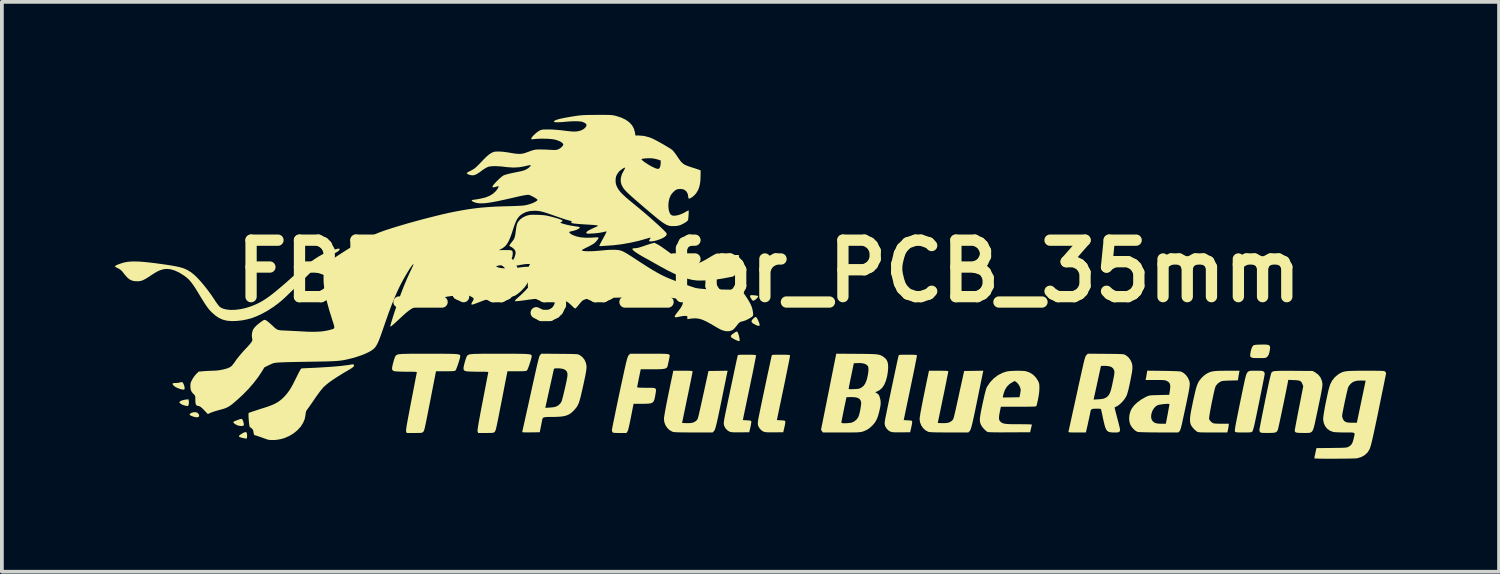
<source format=kicad_pcb>
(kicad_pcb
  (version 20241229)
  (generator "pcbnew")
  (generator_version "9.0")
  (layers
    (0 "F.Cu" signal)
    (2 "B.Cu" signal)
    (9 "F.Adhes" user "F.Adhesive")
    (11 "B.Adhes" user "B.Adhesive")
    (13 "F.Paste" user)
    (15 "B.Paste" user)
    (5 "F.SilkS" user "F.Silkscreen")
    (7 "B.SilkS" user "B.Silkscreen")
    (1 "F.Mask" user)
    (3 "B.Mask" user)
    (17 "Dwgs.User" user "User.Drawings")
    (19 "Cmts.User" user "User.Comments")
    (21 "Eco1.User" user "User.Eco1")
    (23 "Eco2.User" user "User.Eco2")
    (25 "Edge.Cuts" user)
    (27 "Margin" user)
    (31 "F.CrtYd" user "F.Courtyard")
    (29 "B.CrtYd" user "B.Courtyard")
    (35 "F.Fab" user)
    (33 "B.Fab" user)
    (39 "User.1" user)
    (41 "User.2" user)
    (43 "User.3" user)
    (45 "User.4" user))
  (footprint "FBR_logo_for_PCB_35mm"
    (layer "F.Cu")
    (at 17.366 4.148)
    (property "Reference" "FBR_logo_for_PCB_35mm" (at 0 0 0) (layer "F.SilkS") (effects (font (size 1.5 1.5) (thickness 0.3))))
    (attr board_only exclude_from_pos_files exclude_from_bom)
    (fp_poly (pts (xy -0.818 -0.428) (xy -0.793 -0.417) (xy -0.791 -0.395) (xy -0.809 -0.359) (xy -0.816 -0.349) (xy -0.841 -0.316) (xy -0.862 -0.303) (xy -0.887 -0.308) (xy -0.912 -0.322) (xy -0.944 -0.346) (xy -0.966 -0.371) (xy -0.967 -0.373) (xy -0.972 -0.396) (xy -0.957 -0.412) (xy -0.921 -0.422) (xy -0.865 -0.428)) (stroke (width 0) (type solid)) (fill yes) (layer "F.SilkS"))
    (fp_poly (pts (xy -15.211 3.748) (xy -15.167 3.767) (xy -15.138 3.8) (xy -15.128 3.841) (xy -15.129 3.849) (xy -15.144 3.872) (xy -15.178 3.882) (xy -15.228 3.878) (xy -15.292 3.861) (xy -15.332 3.845) (xy -15.363 3.83) (xy -15.375 3.823) (xy -15.381 3.803) (xy -15.367 3.784) (xy -15.338 3.766) (xy -15.298 3.752) (xy -15.254 3.746)) (stroke (width 0) (type solid)) (fill yes) (layer "F.SilkS"))
    (fp_poly (pts (xy -0.335 1.226) (xy -0.314 1.254) (xy -0.289 1.305) (xy -0.283 1.316) (xy -0.257 1.381) (xy -0.246 1.425) (xy -0.251 1.45) (xy -0.273 1.456) (xy -0.313 1.445) (xy -0.373 1.418) (xy -0.376 1.416) (xy -0.429 1.386) (xy -0.457 1.357) (xy -0.463 1.328) (xy -0.446 1.294) (xy -0.413 1.259) (xy -0.381 1.23) (xy -0.356 1.219)) (stroke (width 0) (type solid)) (fill yes) (layer "F.SilkS"))
    (fp_poly (pts (xy -15.403 3.452) (xy -15.4 3.493) (xy -15.405 3.534) (xy -15.415 3.567) (xy -15.429 3.582) (xy -15.43 3.583) (xy -15.449 3.581) (xy -15.484 3.575) (xy -15.512 3.569) (xy -15.57 3.55) (xy -15.616 3.525) (xy -15.646 3.498) (xy -15.653 3.482) (xy -15.644 3.465) (xy -15.615 3.446) (xy -15.572 3.43) (xy -15.519 3.417) (xy -15.479 3.411) (xy -15.412 3.404)) (stroke (width 0) (type solid)) (fill yes) (layer "F.SilkS"))
    (fp_poly (pts (xy -0.418 0.64) (xy -0.373 0.644) (xy -0.331 0.65) (xy -0.3 0.657) (xy -0.289 0.662) (xy -0.288 0.679) (xy -0.304 0.704) (xy -0.33 0.733) (xy -0.362 0.76) (xy -0.394 0.78) (xy -0.421 0.787) (xy -0.436 0.777) (xy -0.458 0.752) (xy -0.469 0.736) (xy -0.495 0.691) (xy -0.502 0.662) (xy -0.49 0.644) (xy -0.481 0.64) (xy -0.457 0.638)) (stroke (width 0) (type solid)) (fill yes) (layer "F.SilkS"))
    (fp_poly (pts (xy -13.876 4.28) (xy -13.871 4.284) (xy -13.862 4.303) (xy -13.857 4.337) (xy -13.856 4.377) (xy -13.857 4.415) (xy -13.863 4.44) (xy -13.868 4.447) (xy -13.886 4.446) (xy -13.922 4.44) (xy -13.969 4.431) (xy -13.978 4.429) (xy -14.034 4.414) (xy -14.065 4.399) (xy -14.072 4.382) (xy -14.055 4.359) (xy -14.016 4.33) (xy -14.011 4.327) (xy -13.951 4.291) (xy -13.906 4.275)) (stroke (width 0) (type solid)) (fill yes) (layer "F.SilkS"))
    (fp_poly (pts (xy -0.746 -0.051) (xy -0.721 -0.034) (xy -0.689 -0.008) (xy -0.658 0.02) (xy -0.633 0.047) (xy -0.62 0.064) (xy -0.62 0.066) (xy -0.631 0.076) (xy -0.66 0.086) (xy -0.699 0.094) (xy -0.739 0.099) (xy -0.772 0.1) (xy -0.791 0.096) (xy -0.791 0.096) (xy -0.797 0.077) (xy -0.8 0.043) (xy -0.799 0.003) (xy -0.796 -0.032) (xy -0.79 -0.055) (xy -0.788 -0.058) (xy -0.768 -0.059)) (stroke (width 0) (type solid)) (fill yes) (layer "F.SilkS"))
    (fp_poly (pts (xy -13.984 3.935) (xy -13.969 3.964) (xy -13.955 4.003) (xy -13.945 4.043) (xy -13.941 4.077) (xy -13.941 4.088) (xy -13.957 4.105) (xy -13.992 4.113) (xy -14.041 4.111) (xy -14.087 4.103) (xy -14.128 4.088) (xy -14.168 4.066) (xy -14.202 4.04) (xy -14.221 4.017) (xy -14.223 4.009) (xy -14.212 3.998) (xy -14.182 3.983) (xy -14.141 3.966) (xy -14.095 3.949) (xy -14.05 3.934) (xy -14.014 3.925) (xy -13.998 3.924)) (stroke (width 0) (type solid)) (fill yes) (layer "F.SilkS"))
    (fp_poly (pts (xy -0.846 1.605) (xy -0.831 1.622) (xy -0.815 1.659) (xy -0.799 1.71) (xy -0.785 1.769) (xy -0.78 1.8) (xy -0.776 1.836) (xy -0.779 1.853) (xy -0.791 1.858) (xy -0.797 1.859) (xy -0.821 1.853) (xy -0.859 1.838) (xy -0.899 1.82) (xy -0.961 1.786) (xy -0.999 1.757) (xy -1.014 1.732) (xy -1.007 1.71) (xy -0.981 1.685) (xy -0.945 1.657) (xy -0.907 1.631) (xy -0.873 1.612) (xy -0.85 1.604)) (stroke (width 0) (type solid)) (fill yes) (layer "F.SilkS"))
    (fp_poly (pts (xy -15.577 2.949) (xy -15.56 2.966) (xy -15.541 3) (xy -15.525 3.044) (xy -15.515 3.089) (xy -15.514 3.113) (xy -15.517 3.135) (xy -15.531 3.147) (xy -15.559 3.147) (xy -15.606 3.137) (xy -15.63 3.131) (xy -15.692 3.109) (xy -15.748 3.082) (xy -15.793 3.052) (xy -15.823 3.022) (xy -15.834 2.996) (xy -15.831 2.983) (xy -15.815 2.977) (xy -15.781 2.972) (xy -15.749 2.971) (xy -15.701 2.968) (xy -15.657 2.962) (xy -15.638 2.956) (xy -15.604 2.948)) (stroke (width 0) (type solid)) (fill yes) (layer "F.SilkS"))
    (fp_poly (pts (xy 13.223 1.953) (xy 13.268 1.963) (xy 13.294 1.982) (xy 13.306 2.012) (xy 13.306 2.057) (xy 13.296 2.118) (xy 13.288 2.155) (xy 13.273 2.21) (xy 13.254 2.247) (xy 13.23 2.275) (xy 13.213 2.289) (xy 13.197 2.299) (xy 13.177 2.305) (xy 13.147 2.308) (xy 13.103 2.31) (xy 13.04 2.31) (xy 13.012 2.31) (xy 12.937 2.31) (xy 12.883 2.308) (xy 12.846 2.304) (xy 12.821 2.297) (xy 12.804 2.289) (xy 12.787 2.274) (xy 12.779 2.256) (xy 12.779 2.226) (xy 12.782 2.195) (xy 12.794 2.123) (xy 12.813 2.057) (xy 12.836 2.006) (xy 12.857 1.979) (xy 12.871 1.97) (xy 12.891 1.963) (xy 12.921 1.958) (xy 12.966 1.954) (xy 13.031 1.952) (xy 13.07 1.951) (xy 13.158 1.95)) (stroke (width 0) (type solid)) (fill yes) (layer "F.SilkS"))
    (fp_poly (pts (xy 12.928 2.646) (xy 12.933 2.646) (xy 13.005 2.646) (xy 13.057 2.647) (xy 13.091 2.65) (xy 13.114 2.655) (xy 13.129 2.663) (xy 13.139 2.672) (xy 13.158 2.699) (xy 13.165 2.722) (xy 13.162 2.74) (xy 13.155 2.78) (xy 13.144 2.84) (xy 13.129 2.916) (xy 13.111 3.006) (xy 13.091 3.107) (xy 13.069 3.216) (xy 13.046 3.33) (xy 13.023 3.446) (xy 12.999 3.562) (xy 12.976 3.674) (xy 12.954 3.78) (xy 12.934 3.877) (xy 12.916 3.962) (xy 12.901 4.032) (xy 12.893 4.071) (xy 12.877 4.135) (xy 12.861 4.192) (xy 12.847 4.235) (xy 12.835 4.259) (xy 12.834 4.261) (xy 12.823 4.27) (xy 12.808 4.276) (xy 12.784 4.281) (xy 12.746 4.283) (xy 12.692 4.285) (xy 12.617 4.285) (xy 12.603 4.285) (xy 12.523 4.285) (xy 12.464 4.283) (xy 12.424 4.281) (xy 12.398 4.276) (xy 12.383 4.27) (xy 12.376 4.264) (xy 12.372 4.255) (xy 12.37 4.239) (xy 12.372 4.213) (xy 12.377 4.174) (xy 12.385 4.121) (xy 12.398 4.05) (xy 12.416 3.959) (xy 12.435 3.861) (xy 12.46 3.738) (xy 12.488 3.599) (xy 12.518 3.452) (xy 12.548 3.307) (xy 12.576 3.173) (xy 12.592 3.098) (xy 12.617 2.979) (xy 12.638 2.883) (xy 12.656 2.808) (xy 12.673 2.75) (xy 12.692 2.708) (xy 12.713 2.679) (xy 12.74 2.661) (xy 12.772 2.65) (xy 12.813 2.646) (xy 12.865 2.645)) (stroke (width 0) (type solid)) (fill yes) (layer "F.SilkS"))
    (fp_poly (pts (xy -0.496 2.22) (xy -0.429 2.222) (xy -0.383 2.225) (xy -0.355 2.229) (xy -0.343 2.234) (xy -0.342 2.236) (xy -0.344 2.251) (xy -0.35 2.289) (xy -0.361 2.349) (xy -0.377 2.427) (xy -0.395 2.522) (xy -0.417 2.631) (xy -0.442 2.754) (xy -0.47 2.886) (xy -0.499 3.028) (xy -0.515 3.104) (xy -0.693 3.956) (xy -0.582 3.962) (xy -0.528 3.966) (xy -0.495 3.97) (xy -0.478 3.976) (xy -0.47 3.987) (xy -0.468 4.001) (xy -0.47 4.027) (xy -0.476 4.071) (xy -0.487 4.125) (xy -0.494 4.156) (xy -0.523 4.279) (xy -0.755 4.281) (xy -0.85 4.282) (xy -0.922 4.281) (xy -0.975 4.278) (xy -1.014 4.272) (xy -1.039 4.266) (xy -1.098 4.232) (xy -1.148 4.181) (xy -1.184 4.119) (xy -1.189 4.104) (xy -1.196 4.073) (xy -1.199 4.041) (xy -1.196 4) (xy -1.187 3.943) (xy -1.184 3.922) (xy -1.178 3.893) (xy -1.168 3.842) (xy -1.154 3.771) (xy -1.135 3.683) (xy -1.114 3.581) (xy -1.091 3.467) (xy -1.065 3.346) (xy -1.038 3.218) (xy -1.011 3.088) (xy -0.983 2.958) (xy -0.956 2.83) (xy -0.93 2.708) (xy -0.906 2.594) (xy -0.884 2.492) (xy -0.865 2.403) (xy -0.849 2.331) (xy -0.837 2.279) (xy -0.83 2.249) (xy -0.827 2.239) (xy -0.821 2.231) (xy -0.808 2.226) (xy -0.785 2.223) (xy -0.748 2.221) (xy -0.694 2.22) (xy -0.619 2.22) (xy -0.585 2.22)) (stroke (width 0) (type solid)) (fill yes) (layer "F.SilkS"))
    (fp_poly (pts (xy 0.408 2.22) (xy 0.474 2.222) (xy 0.52 2.225) (xy 0.548 2.229) (xy 0.56 2.234) (xy 0.561 2.236) (xy 0.56 2.251) (xy 0.553 2.289) (xy 0.542 2.349) (xy 0.527 2.427) (xy 0.508 2.522) (xy 0.486 2.631) (xy 0.461 2.754) (xy 0.434 2.886) (xy 0.405 3.028) (xy 0.389 3.104) (xy 0.211 3.956) (xy 0.321 3.962) (xy 0.375 3.966) (xy 0.408 3.97) (xy 0.426 3.976) (xy 0.433 3.987) (xy 0.435 4.001) (xy 0.434 4.027) (xy 0.427 4.071) (xy 0.416 4.125) (xy 0.409 4.156) (xy 0.38 4.279) (xy 0.148 4.281) (xy 0.054 4.282) (xy -0.018 4.281) (xy -0.072 4.278) (xy -0.11 4.272) (xy -0.136 4.266) (xy -0.194 4.232) (xy -0.245 4.181) (xy -0.28 4.119) (xy -0.286 4.104) (xy -0.293 4.073) (xy -0.295 4.041) (xy -0.292 4) (xy -0.284 3.943) (xy -0.28 3.922) (xy -0.275 3.893) (xy -0.265 3.842) (xy -0.25 3.771) (xy -0.232 3.683) (xy -0.211 3.581) (xy -0.187 3.467) (xy -0.162 3.346) (xy -0.135 3.218) (xy -0.107 3.088) (xy -0.08 2.958) (xy -0.053 2.83) (xy -0.027 2.708) (xy -0.002 2.594) (xy 0.02 2.492) (xy 0.039 2.403) (xy 0.055 2.331) (xy 0.066 2.279) (xy 0.073 2.249) (xy 0.076 2.239) (xy 0.082 2.231) (xy 0.095 2.226) (xy 0.118 2.223) (xy 0.155 2.221) (xy 0.209 2.22) (xy 0.284 2.22) (xy 0.318 2.22)) (stroke (width 0) (type solid)) (fill yes) (layer "F.SilkS"))
    (fp_poly (pts (xy 3.776 2.22) (xy 3.843 2.222) (xy 3.889 2.225) (xy 3.917 2.229) (xy 3.929 2.234) (xy 3.93 2.236) (xy 3.928 2.251) (xy 3.922 2.289) (xy 3.911 2.349) (xy 3.895 2.427) (xy 3.877 2.522) (xy 3.855 2.631) (xy 3.83 2.754) (xy 3.802 2.886) (xy 3.773 3.028) (xy 3.757 3.104) (xy 3.579 3.956) (xy 3.69 3.962) (xy 3.744 3.966) (xy 3.777 3.97) (xy 3.794 3.976) (xy 3.802 3.987) (xy 3.804 4.001) (xy 3.802 4.027) (xy 3.796 4.071) (xy 3.785 4.125) (xy 3.778 4.156) (xy 3.749 4.279) (xy 3.517 4.281) (xy 3.422 4.282) (xy 3.35 4.281) (xy 3.297 4.278) (xy 3.258 4.272) (xy 3.233 4.266) (xy 3.174 4.232) (xy 3.124 4.181) (xy 3.088 4.119) (xy 3.083 4.104) (xy 3.076 4.073) (xy 3.073 4.041) (xy 3.076 4) (xy 3.085 3.943) (xy 3.088 3.922) (xy 3.094 3.893) (xy 3.104 3.842) (xy 3.119 3.771) (xy 3.137 3.683) (xy 3.158 3.581) (xy 3.182 3.467) (xy 3.207 3.346) (xy 3.234 3.218) (xy 3.261 3.088) (xy 3.289 2.958) (xy 3.316 2.83) (xy 3.342 2.708) (xy 3.366 2.594) (xy 3.388 2.492) (xy 3.407 2.403) (xy 3.423 2.331) (xy 3.435 2.279) (xy 3.442 2.249) (xy 3.445 2.239) (xy 3.451 2.231) (xy 3.464 2.226) (xy 3.487 2.223) (xy 3.524 2.221) (xy 3.578 2.22) (xy 3.653 2.22) (xy 3.687 2.22)) (stroke (width 0) (type solid)) (fill yes) (layer "F.SilkS"))
    (fp_poly (pts (xy -2.963 -0.712) (xy -2.938 -0.698) (xy -2.912 -0.683) (xy -2.882 -0.664) (xy -2.846 -0.64) (xy -2.802 -0.609) (xy -2.746 -0.57) (xy -2.676 -0.519) (xy -2.59 -0.457) (xy -2.53 -0.412) (xy -2.41 -0.33) (xy -2.301 -0.268) (xy -2.202 -0.224) (xy -2.11 -0.199) (xy -2.021 -0.191) (xy -1.961 -0.195) (xy -1.901 -0.205) (xy -1.84 -0.224) (xy -1.775 -0.252) (xy -1.699 -0.292) (xy -1.616 -0.34) (xy -1.537 -0.388) (xy -1.476 -0.423) (xy -1.43 -0.447) (xy -1.395 -0.462) (xy -1.367 -0.469) (xy -1.342 -0.469) (xy -1.318 -0.464) (xy -1.313 -0.462) (xy -1.268 -0.443) (xy -1.209 -0.41) (xy -1.142 -0.367) (xy -1.073 -0.318) (xy -1.007 -0.267) (xy -0.957 -0.222) (xy -0.874 -0.145) (xy -0.884 -0.031) (xy -0.889 0.032) (xy -0.895 0.077) (xy -0.906 0.108) (xy -0.925 0.129) (xy -0.957 0.144) (xy -1.006 0.155) (xy -1.075 0.169) (xy -1.093 0.172) (xy -1.173 0.187) (xy -1.26 0.202) (xy -1.341 0.215) (xy -1.407 0.225) (xy -1.474 0.233) (xy -1.555 0.24) (xy -1.643 0.245) (xy -1.732 0.249) (xy -1.814 0.251) (xy -1.883 0.25) (xy -1.923 0.248) (xy -2.031 0.234) (xy -2.145 0.208) (xy -2.266 0.17) (xy -2.398 0.12) (xy -2.541 0.055) (xy -2.699 -0.023) (xy -2.873 -0.118) (xy -2.943 -0.157) (xy -3.023 -0.202) (xy -3.104 -0.248) (xy -3.18 -0.291) (xy -3.246 -0.327) (xy -3.295 -0.354) (xy -3.298 -0.355) (xy -3.379 -0.401) (xy -3.456 -0.447) (xy -3.523 -0.49) (xy -3.576 -0.528) (xy -3.598 -0.546) (xy -3.623 -0.574) (xy -3.625 -0.593) (xy -3.603 -0.604) (xy -3.559 -0.607) (xy -3.504 -0.612) (xy -3.433 -0.63) (xy -3.343 -0.659) (xy -3.276 -0.682) (xy -3.21 -0.704) (xy -3.153 -0.722) (xy -3.118 -0.732) (xy -3.041 -0.753)) (stroke (width 0) (type solid)) (fill yes) (layer "F.SilkS"))
    (fp_poly (pts (xy 12.489 2.675) (xy 12.484 2.702) (xy 12.477 2.745) (xy 12.468 2.796) (xy 12.467 2.803) (xy 12.452 2.901) (xy 12.243 2.906) (xy 12.161 2.909) (xy 12.099 2.912) (xy 12.054 2.916) (xy 12.022 2.923) (xy 11.998 2.931) (xy 11.99 2.935) (xy 11.924 2.979) (xy 11.876 3.034) (xy 11.858 3.064) (xy 11.849 3.09) (xy 11.836 3.137) (xy 11.821 3.201) (xy 11.803 3.278) (xy 11.785 3.365) (xy 11.766 3.456) (xy 11.747 3.549) (xy 11.73 3.64) (xy 11.714 3.725) (xy 11.702 3.8) (xy 11.692 3.861) (xy 11.687 3.904) (xy 11.687 3.925) (xy 11.705 3.961) (xy 11.739 4) (xy 11.781 4.032) (xy 11.792 4.038) (xy 11.818 4.044) (xy 11.865 4.049) (xy 11.931 4.052) (xy 12.013 4.053) (xy 12.017 4.053) (xy 12.213 4.053) (xy 12.204 4.12) (xy 12.196 4.171) (xy 12.187 4.22) (xy 12.183 4.237) (xy 12.17 4.285) (xy 11.786 4.285) (xy 11.676 4.285) (xy 11.588 4.284) (xy 11.52 4.283) (xy 11.468 4.282) (xy 11.431 4.279) (xy 11.404 4.276) (xy 11.385 4.271) (xy 11.371 4.265) (xy 11.364 4.261) (xy 11.333 4.237) (xy 11.296 4.204) (xy 11.278 4.185) (xy 11.247 4.149) (xy 11.222 4.115) (xy 11.203 4.079) (xy 11.19 4.04) (xy 11.182 3.995) (xy 11.18 3.942) (xy 11.184 3.878) (xy 11.194 3.801) (xy 11.21 3.708) (xy 11.232 3.598) (xy 11.259 3.467) (xy 11.293 3.314) (xy 11.318 3.206) (xy 11.34 3.118) (xy 11.361 3.048) (xy 11.383 2.991) (xy 11.407 2.943) (xy 11.435 2.9) (xy 11.469 2.857) (xy 11.492 2.831) (xy 11.536 2.789) (xy 11.587 2.747) (xy 11.618 2.727) (xy 11.659 2.704) (xy 11.699 2.686) (xy 11.742 2.672) (xy 11.791 2.661) (xy 11.849 2.654) (xy 11.922 2.649) (xy 12.011 2.647) (xy 12.122 2.646) (xy 12.168 2.646) (xy 12.496 2.646)) (stroke (width 0) (type solid)) (fill yes) (layer "F.SilkS"))
    (fp_poly (pts (xy -1.103 2.675) (xy -1.107 2.694) (xy -1.116 2.735) (xy -1.128 2.795) (xy -1.144 2.872) (xy -1.162 2.963) (xy -1.183 3.063) (xy -1.205 3.171) (xy -1.207 3.181) (xy -1.245 3.369) (xy -1.279 3.533) (xy -1.308 3.675) (xy -1.334 3.797) (xy -1.356 3.9) (xy -1.375 3.985) (xy -1.391 4.056) (xy -1.406 4.112) (xy -1.418 4.157) (xy -1.429 4.191) (xy -1.439 4.216) (xy -1.448 4.234) (xy -1.457 4.246) (xy -1.46 4.249) (xy -1.495 4.285) (xy -2.003 4.284) (xy -2.142 4.284) (xy -2.257 4.283) (xy -2.351 4.282) (xy -2.424 4.28) (xy -2.48 4.277) (xy -2.521 4.274) (xy -2.547 4.27) (xy -2.557 4.267) (xy -2.632 4.227) (xy -2.696 4.168) (xy -2.746 4.094) (xy -2.777 4.01) (xy -2.787 3.93) (xy -2.785 3.894) (xy -2.776 3.834) (xy -2.762 3.751) (xy -2.743 3.646) (xy -2.719 3.519) (xy -2.69 3.372) (xy -2.656 3.206) (xy -2.618 3.021) (xy -2.58 2.843) (xy -2.539 2.646) (xy -2.282 2.646) (xy -2.195 2.646) (xy -2.13 2.647) (xy -2.084 2.648) (xy -2.054 2.651) (xy -2.037 2.655) (xy -2.029 2.66) (xy -2.027 2.668) (xy -2.027 2.668) (xy -2.03 2.685) (xy -2.037 2.725) (xy -2.049 2.784) (xy -2.064 2.862) (xy -2.083 2.956) (xy -2.105 3.062) (xy -2.129 3.18) (xy -2.155 3.305) (xy -2.167 3.362) (xy -2.306 4.033) (xy -2.192 4.037) (xy -2.102 4.036) (xy -2.032 4.027) (xy -1.978 4.007) (xy -1.935 3.976) (xy -1.929 3.97) (xy -1.92 3.962) (xy -1.912 3.954) (xy -1.905 3.946) (xy -1.898 3.934) (xy -1.891 3.917) (xy -1.883 3.894) (xy -1.874 3.862) (xy -1.863 3.819) (xy -1.85 3.763) (xy -1.834 3.692) (xy -1.814 3.605) (xy -1.791 3.499) (xy -1.763 3.373) (xy -1.73 3.223) (xy -1.718 3.169) (xy -1.605 2.652) (xy -1.351 2.649) (xy -1.096 2.645)) (stroke (width 0) (type solid)) (fill yes) (layer "F.SilkS"))
    (fp_poly (pts (xy 5.686 2.675) (xy 5.682 2.694) (xy 5.673 2.735) (xy 5.661 2.795) (xy 5.645 2.872) (xy 5.626 2.963) (xy 5.606 3.063) (xy 5.584 3.171) (xy 5.582 3.181) (xy 5.544 3.369) (xy 5.51 3.533) (xy 5.481 3.675) (xy 5.455 3.797) (xy 5.433 3.9) (xy 5.414 3.985) (xy 5.397 4.056) (xy 5.383 4.112) (xy 5.371 4.157) (xy 5.36 4.191) (xy 5.35 4.216) (xy 5.341 4.234) (xy 5.332 4.246) (xy 5.329 4.249) (xy 5.294 4.285) (xy 4.786 4.284) (xy 4.647 4.284) (xy 4.532 4.283) (xy 4.438 4.282) (xy 4.364 4.28) (xy 4.308 4.277) (xy 4.268 4.274) (xy 4.241 4.27) (xy 4.231 4.267) (xy 4.156 4.227) (xy 4.092 4.168) (xy 4.043 4.094) (xy 4.011 4.01) (xy 4.001 3.93) (xy 4.004 3.894) (xy 4.013 3.834) (xy 4.026 3.751) (xy 4.046 3.646) (xy 4.07 3.519) (xy 4.099 3.372) (xy 4.133 3.206) (xy 4.171 3.021) (xy 4.208 2.843) (xy 4.25 2.646) (xy 4.506 2.646) (xy 4.594 2.646) (xy 4.659 2.647) (xy 4.705 2.648) (xy 4.735 2.651) (xy 4.752 2.655) (xy 4.76 2.66) (xy 4.762 2.668) (xy 4.762 2.668) (xy 4.759 2.685) (xy 4.752 2.725) (xy 4.74 2.784) (xy 4.724 2.862) (xy 4.706 2.956) (xy 4.684 3.062) (xy 4.66 3.18) (xy 4.634 3.305) (xy 4.622 3.362) (xy 4.483 4.033) (xy 4.597 4.037) (xy 4.687 4.036) (xy 4.756 4.027) (xy 4.811 4.007) (xy 4.854 3.976) (xy 4.86 3.97) (xy 4.869 3.962) (xy 4.877 3.954) (xy 4.884 3.946) (xy 4.891 3.934) (xy 4.898 3.917) (xy 4.905 3.894) (xy 4.915 3.862) (xy 4.925 3.819) (xy 4.939 3.763) (xy 4.955 3.692) (xy 4.974 3.605) (xy 4.998 3.499) (xy 5.026 3.373) (xy 5.058 3.223) (xy 5.07 3.169) (xy 5.184 2.652) (xy 5.438 2.649) (xy 5.692 2.645)) (stroke (width 0) (type solid)) (fill yes) (layer "F.SilkS"))
    (fp_poly (pts (xy -3.051 2.194) (xy -2.944 2.195) (xy -2.859 2.195) (xy -2.793 2.196) (xy -2.743 2.198) (xy -2.706 2.201) (xy -2.681 2.204) (xy -2.665 2.208) (xy -2.656 2.212) (xy -2.653 2.214) (xy -2.637 2.232) (xy -2.633 2.238) (xy -2.636 2.261) (xy -2.643 2.301) (xy -2.653 2.353) (xy -2.665 2.409) (xy -2.677 2.462) (xy -2.687 2.507) (xy -2.695 2.537) (xy -2.698 2.544) (xy -2.711 2.562) (xy -2.729 2.577) (xy -2.755 2.588) (xy -2.792 2.596) (xy -2.844 2.602) (xy -2.912 2.605) (xy -3.001 2.607) (xy -3.102 2.607) (xy -3.403 2.607) (xy -3.451 2.836) (xy -3.466 2.911) (xy -3.479 2.977) (xy -3.489 3.03) (xy -3.496 3.067) (xy -3.498 3.081) (xy -3.491 3.088) (xy -3.471 3.092) (xy -3.433 3.095) (xy -3.376 3.097) (xy -3.296 3.098) (xy -3.268 3.098) (xy -3.175 3.098) (xy -3.105 3.099) (xy -3.055 3.103) (xy -3.023 3.112) (xy -3.004 3.129) (xy -2.998 3.155) (xy -3 3.191) (xy -3.008 3.241) (xy -3.013 3.273) (xy -3.027 3.35) (xy -3.041 3.41) (xy -3.059 3.454) (xy -3.085 3.485) (xy -3.121 3.505) (xy -3.171 3.516) (xy -3.238 3.522) (xy -3.326 3.523) (xy -3.378 3.524) (xy -3.594 3.524) (xy -3.663 3.875) (xy -3.687 3.994) (xy -3.707 4.088) (xy -3.724 4.161) (xy -3.738 4.214) (xy -3.75 4.248) (xy -3.758 4.262) (xy -3.784 4.298) (xy -3.963 4.298) (xy -4.035 4.298) (xy -4.085 4.296) (xy -4.118 4.294) (xy -4.138 4.289) (xy -4.149 4.282) (xy -4.155 4.273) (xy -4.167 4.241) (xy -4.169 4.224) (xy -4.166 4.204) (xy -4.159 4.162) (xy -4.147 4.1) (xy -4.131 4.019) (xy -4.111 3.924) (xy -4.089 3.816) (xy -4.065 3.698) (xy -4.039 3.572) (xy -4.011 3.441) (xy -3.983 3.307) (xy -3.955 3.173) (xy -3.927 3.042) (xy -3.899 2.915) (xy -3.873 2.796) (xy -3.849 2.686) (xy -3.828 2.589) (xy -3.809 2.507) (xy -3.806 2.491) (xy -3.785 2.405) (xy -3.768 2.341) (xy -3.754 2.295) (xy -3.741 2.262) (xy -3.728 2.24) (xy -3.72 2.23) (xy -3.686 2.194) (xy -3.18 2.194)) (stroke (width 0) (type solid)) (fill yes) (layer "F.SilkS"))
    (fp_poly (pts (xy -11.025 2.482) (xy -11.022 2.485) (xy -11.014 2.508) (xy -11.028 2.535) (xy -11.065 2.568) (xy -11.125 2.606) (xy -11.129 2.608) (xy -11.296 2.706) (xy -11.44 2.795) (xy -11.563 2.875) (xy -11.666 2.947) (xy -11.749 3.013) (xy -11.815 3.072) (xy -11.831 3.088) (xy -11.868 3.131) (xy -11.915 3.189) (xy -11.966 3.258) (xy -12.018 3.33) (xy -12.054 3.382) (xy -12.101 3.451) (xy -12.147 3.518) (xy -12.189 3.578) (xy -12.223 3.626) (xy -12.243 3.653) (xy -12.272 3.693) (xy -12.289 3.726) (xy -12.298 3.762) (xy -12.304 3.813) (xy -12.304 3.819) (xy -12.325 3.927) (xy -12.37 4.033) (xy -12.435 4.133) (xy -12.519 4.225) (xy -12.619 4.307) (xy -12.732 4.376) (xy -12.857 4.431) (xy -12.949 4.458) (xy -13.03 4.474) (xy -13.115 4.484) (xy -13.196 4.486) (xy -13.266 4.482) (xy -13.307 4.474) (xy -13.346 4.461) (xy -13.4 4.442) (xy -13.458 4.421) (xy -13.474 4.415) (xy -13.53 4.395) (xy -13.581 4.378) (xy -13.62 4.366) (xy -13.629 4.364) (xy -13.655 4.357) (xy -13.67 4.345) (xy -13.678 4.321) (xy -13.683 4.285) (xy -13.692 4.236) (xy -13.709 4.203) (xy -13.73 4.18) (xy -13.758 4.157) (xy -13.78 4.143) (xy -13.783 4.141) (xy -13.789 4.127) (xy -13.795 4.093) (xy -13.802 4.045) (xy -13.808 3.988) (xy -13.813 3.927) (xy -13.817 3.87) (xy -13.818 3.82) (xy -13.818 3.784) (xy -13.814 3.768) (xy -13.801 3.762) (xy -13.771 3.75) (xy -13.721 3.733) (xy -13.651 3.71) (xy -13.56 3.68) (xy -13.446 3.643) (xy -13.354 3.614) (xy -13.226 3.569) (xy -13.118 3.522) (xy -13.025 3.469) (xy -12.943 3.407) (xy -12.866 3.333) (xy -12.849 3.314) (xy -12.805 3.263) (xy -12.765 3.212) (xy -12.726 3.157) (xy -12.687 3.094) (xy -12.645 3.018) (xy -12.598 2.926) (xy -12.55 2.83) (xy -12.509 2.748) (xy -12.478 2.686) (xy -12.454 2.642) (xy -12.436 2.612) (xy -12.422 2.594) (xy -12.41 2.585) (xy -12.398 2.582) (xy -12.391 2.581) (xy -12.359 2.581) (xy -12.305 2.578) (xy -12.234 2.575) (xy -12.15 2.571) (xy -12.058 2.567) (xy -11.963 2.562) (xy -11.868 2.556) (xy -11.779 2.551) (xy -11.699 2.546) (xy -11.635 2.542) (xy -11.537 2.534) (xy -11.436 2.525) (xy -11.338 2.515) (xy -11.248 2.504) (xy -11.17 2.494) (xy -11.11 2.484) (xy -11.084 2.479) (xy -11.046 2.474)) (stroke (width 0) (type solid)) (fill yes) (layer "F.SilkS"))
    (fp_poly (pts (xy 13.762 2.647) (xy 13.889 2.648) (xy 13.933 2.648) (xy 14.436 2.652) (xy 14.505 2.69) (xy 14.584 2.748) (xy 14.643 2.821) (xy 14.681 2.909) (xy 14.695 2.977) (xy 14.696 2.996) (xy 14.696 3.018) (xy 14.695 3.046) (xy 14.69 3.082) (xy 14.683 3.128) (xy 14.673 3.185) (xy 14.66 3.255) (xy 14.643 3.342) (xy 14.621 3.446) (xy 14.595 3.57) (xy 14.565 3.715) (xy 14.538 3.84) (xy 14.513 3.959) (xy 14.492 4.056) (xy 14.473 4.132) (xy 14.456 4.191) (xy 14.437 4.234) (xy 14.416 4.263) (xy 14.39 4.282) (xy 14.358 4.293) (xy 14.318 4.297) (xy 14.268 4.298) (xy 14.206 4.298) (xy 14.193 4.298) (xy 14.109 4.297) (xy 14.048 4.294) (xy 14.006 4.287) (xy 13.98 4.277) (xy 13.967 4.261) (xy 13.962 4.239) (xy 13.962 4.232) (xy 13.964 4.213) (xy 13.971 4.172) (xy 13.982 4.111) (xy 13.997 4.032) (xy 14.015 3.939) (xy 14.035 3.834) (xy 14.057 3.72) (xy 14.075 3.63) (xy 14.187 3.058) (xy 14.165 3) (xy 14.147 2.961) (xy 14.126 2.933) (xy 14.095 2.914) (xy 14.052 2.903) (xy 13.99 2.896) (xy 13.934 2.894) (xy 13.79 2.888) (xy 13.767 3.009) (xy 13.754 3.073) (xy 13.738 3.154) (xy 13.719 3.247) (xy 13.698 3.35) (xy 13.676 3.459) (xy 13.652 3.571) (xy 13.629 3.683) (xy 13.606 3.792) (xy 13.584 3.894) (xy 13.565 3.987) (xy 13.547 4.066) (xy 13.533 4.129) (xy 13.523 4.173) (xy 13.519 4.191) (xy 13.506 4.229) (xy 13.49 4.256) (xy 13.467 4.275) (xy 13.433 4.288) (xy 13.384 4.294) (xy 13.316 4.297) (xy 13.244 4.298) (xy 13.169 4.297) (xy 13.115 4.296) (xy 13.079 4.292) (xy 13.057 4.286) (xy 13.043 4.278) (xy 13.043 4.278) (xy 13.028 4.25) (xy 13.023 4.221) (xy 13.025 4.202) (xy 13.032 4.159) (xy 13.044 4.098) (xy 13.059 4.019) (xy 13.077 3.927) (xy 13.097 3.824) (xy 13.12 3.713) (xy 13.143 3.596) (xy 13.167 3.478) (xy 13.191 3.36) (xy 13.215 3.245) (xy 13.238 3.137) (xy 13.259 3.037) (xy 13.278 2.95) (xy 13.288 2.905) (xy 13.304 2.836) (xy 13.319 2.775) (xy 13.332 2.728) (xy 13.342 2.698) (xy 13.346 2.691) (xy 13.357 2.679) (xy 13.371 2.67) (xy 13.391 2.663) (xy 13.418 2.657) (xy 13.456 2.653) (xy 13.507 2.65) (xy 13.574 2.648) (xy 13.658 2.647)) (stroke (width 0) (type solid)) (fill yes) (layer "F.SilkS"))
    (fp_poly (pts (xy 10.472 2.649) (xy 10.601 2.651) (xy 10.712 2.654) (xy 10.803 2.657) (xy 10.874 2.661) (xy 10.921 2.665) (xy 10.943 2.669) (xy 11.009 2.704) (xy 11.07 2.758) (xy 11.121 2.826) (xy 11.157 2.901) (xy 11.173 2.966) (xy 11.174 2.988) (xy 11.173 3.016) (xy 11.17 3.052) (xy 11.164 3.097) (xy 11.155 3.153) (xy 11.142 3.224) (xy 11.125 3.31) (xy 11.104 3.414) (xy 11.078 3.537) (xy 11.047 3.682) (xy 11.02 3.807) (xy 10.995 3.923) (xy 10.975 4.016) (xy 10.958 4.09) (xy 10.944 4.146) (xy 10.932 4.187) (xy 10.922 4.216) (xy 10.913 4.236) (xy 10.904 4.25) (xy 10.898 4.256) (xy 10.866 4.285) (xy 10.347 4.284) (xy 10.193 4.283) (xy 10.062 4.281) (xy 9.956 4.279) (xy 9.874 4.276) (xy 9.817 4.273) (xy 9.786 4.269) (xy 9.783 4.268) (xy 9.737 4.243) (xy 9.687 4.201) (xy 9.64 4.148) (xy 9.603 4.089) (xy 9.595 4.075) (xy 9.571 3.996) (xy 9.564 3.906) (xy 9.569 3.855) (xy 10.147 3.855) (xy 10.154 3.919) (xy 10.174 3.964) (xy 10.206 4.002) (xy 10.245 4.028) (xy 10.296 4.044) (xy 10.364 4.052) (xy 10.416 4.053) (xy 10.539 4.053) (xy 10.588 3.798) (xy 10.602 3.72) (xy 10.615 3.65) (xy 10.625 3.593) (xy 10.632 3.552) (xy 10.635 3.533) (xy 10.635 3.531) (xy 10.623 3.526) (xy 10.592 3.524) (xy 10.546 3.526) (xy 10.493 3.53) (xy 10.437 3.537) (xy 10.384 3.545) (xy 10.341 3.554) (xy 10.316 3.562) (xy 10.262 3.598) (xy 10.216 3.651) (xy 10.18 3.715) (xy 10.156 3.785) (xy 10.147 3.855) (xy 9.569 3.855) (xy 9.574 3.812) (xy 9.599 3.721) (xy 9.632 3.653) (xy 9.696 3.567) (xy 9.782 3.485) (xy 9.885 3.41) (xy 10 3.345) (xy 10.014 3.338) (xy 10.043 3.324) (xy 10.068 3.314) (xy 10.094 3.307) (xy 10.125 3.301) (xy 10.165 3.298) (xy 10.218 3.295) (xy 10.29 3.293) (xy 10.364 3.291) (xy 10.629 3.285) (xy 10.647 3.166) (xy 10.656 3.087) (xy 10.655 3.028) (xy 10.642 2.984) (xy 10.617 2.95) (xy 10.577 2.923) (xy 10.571 2.92) (xy 10.55 2.91) (xy 10.528 2.903) (xy 10.502 2.898) (xy 10.468 2.894) (xy 10.421 2.892) (xy 10.358 2.891) (xy 10.273 2.891) (xy 10.257 2.891) (xy 10 2.891) (xy 10.007 2.862) (xy 10.013 2.835) (xy 10.021 2.792) (xy 10.029 2.741) (xy 10.03 2.738) (xy 10.045 2.644)) (stroke (width 0) (type solid)) (fill yes) (layer "F.SilkS"))
    (fp_poly (pts (xy 6.673 2.647) (xy 6.746 2.65) (xy 6.803 2.655) (xy 6.825 2.659) (xy 6.929 2.696) (xy 7.019 2.754) (xy 7.094 2.833) (xy 7.145 2.914) (xy 7.162 2.951) (xy 7.173 2.983) (xy 7.179 3.019) (xy 7.181 3.067) (xy 7.181 3.117) (xy 7.177 3.204) (xy 7.163 3.307) (xy 7.143 3.418) (xy 7.117 3.53) (xy 7.103 3.578) (xy 7.1 3.584) (xy 7.093 3.589) (xy 7.078 3.593) (xy 7.055 3.596) (xy 7.02 3.598) (xy 6.97 3.599) (xy 6.904 3.6) (xy 6.819 3.601) (xy 6.712 3.601) (xy 6.628 3.601) (xy 6.159 3.601) (xy 6.146 3.662) (xy 6.127 3.756) (xy 6.114 3.829) (xy 6.109 3.885) (xy 6.11 3.926) (xy 6.118 3.958) (xy 6.134 3.983) (xy 6.156 4.005) (xy 6.157 4.006) (xy 6.179 4.023) (xy 6.204 4.036) (xy 6.233 4.046) (xy 6.271 4.054) (xy 6.321 4.059) (xy 6.385 4.063) (xy 6.467 4.065) (xy 6.57 4.065) (xy 6.637 4.065) (xy 6.729 4.066) (xy 6.811 4.067) (xy 6.881 4.068) (xy 6.935 4.07) (xy 6.969 4.073) (xy 6.982 4.075) (xy 6.982 4.075) (xy 6.979 4.092) (xy 6.971 4.126) (xy 6.96 4.172) (xy 6.958 4.182) (xy 6.935 4.279) (xy 6.381 4.281) (xy 6.228 4.282) (xy 6.099 4.282) (xy 5.995 4.281) (xy 5.914 4.279) (xy 5.855 4.277) (xy 5.818 4.274) (xy 5.801 4.27) (xy 5.757 4.237) (xy 5.708 4.19) (xy 5.664 4.137) (xy 5.633 4.087) (xy 5.632 4.085) (xy 5.619 4.054) (xy 5.609 4.024) (xy 5.603 3.991) (xy 5.6 3.954) (xy 5.602 3.908) (xy 5.609 3.852) (xy 5.62 3.782) (xy 5.636 3.697) (xy 5.658 3.592) (xy 5.685 3.466) (xy 5.694 3.427) (xy 5.71 3.356) (xy 6.209 3.356) (xy 6.43 3.353) (xy 6.652 3.349) (xy 6.668 3.272) (xy 6.677 3.223) (xy 6.683 3.178) (xy 6.685 3.155) (xy 6.676 3.107) (xy 6.653 3.052) (xy 6.62 2.999) (xy 6.582 2.958) (xy 6.574 2.952) (xy 6.527 2.918) (xy 6.474 2.945) (xy 6.387 3) (xy 6.318 3.069) (xy 6.267 3.154) (xy 6.23 3.257) (xy 6.217 3.314) (xy 6.209 3.356) (xy 5.71 3.356) (xy 5.72 3.308) (xy 5.744 3.214) (xy 5.764 3.142) (xy 5.781 3.093) (xy 5.791 3.072) (xy 5.873 2.951) (xy 5.971 2.848) (xy 6.082 2.764) (xy 6.204 2.701) (xy 6.314 2.665) (xy 6.363 2.658) (xy 6.43 2.652) (xy 6.508 2.648) (xy 6.592 2.646)) (stroke (width 0) (type solid)) (fill yes) (layer "F.SilkS"))
    (fp_poly (pts (xy -8.878 2.194) (xy -8.733 2.194) (xy -8.61 2.195) (xy -8.508 2.196) (xy -8.423 2.198) (xy -8.356 2.2) (xy -8.303 2.204) (xy -8.264 2.208) (xy -8.235 2.214) (xy -8.216 2.221) (xy -8.204 2.23) (xy -8.198 2.24) (xy -8.196 2.252) (xy -8.196 2.261) (xy -8.2 2.289) (xy -8.211 2.335) (xy -8.228 2.391) (xy -8.248 2.453) (xy -8.268 2.514) (xy -8.289 2.568) (xy -8.306 2.61) (xy -8.318 2.633) (xy -8.319 2.634) (xy -8.329 2.643) (xy -8.342 2.649) (xy -8.363 2.653) (xy -8.395 2.656) (xy -8.443 2.658) (xy -8.508 2.659) (xy -8.59 2.659) (xy -8.839 2.659) (xy -8.853 2.726) (xy -8.858 2.754) (xy -8.868 2.803) (xy -8.881 2.872) (xy -8.898 2.957) (xy -8.917 3.054) (xy -8.938 3.162) (xy -8.96 3.276) (xy -8.969 3.323) (xy -9.003 3.497) (xy -9.033 3.648) (xy -9.058 3.776) (xy -9.08 3.885) (xy -9.098 3.975) (xy -9.113 4.049) (xy -9.126 4.109) (xy -9.136 4.155) (xy -9.145 4.191) (xy -9.153 4.217) (xy -9.159 4.236) (xy -9.165 4.249) (xy -9.171 4.259) (xy -9.177 4.266) (xy -9.179 4.268) (xy -9.191 4.279) (xy -9.204 4.287) (xy -9.224 4.293) (xy -9.253 4.296) (xy -9.298 4.297) (xy -9.361 4.298) (xy -9.411 4.298) (xy -9.616 4.298) (xy -9.631 4.265) (xy -9.634 4.255) (xy -9.634 4.238) (xy -9.633 4.213) (xy -9.629 4.177) (xy -9.622 4.13) (xy -9.612 4.068) (xy -9.598 3.991) (xy -9.581 3.896) (xy -9.559 3.781) (xy -9.533 3.645) (xy -9.503 3.486) (xy -9.501 3.474) (xy -9.474 3.338) (xy -9.449 3.208) (xy -9.426 3.088) (xy -9.405 2.979) (xy -9.387 2.885) (xy -9.372 2.807) (xy -9.36 2.748) (xy -9.352 2.709) (xy -9.349 2.694) (xy -9.348 2.687) (xy -9.354 2.681) (xy -9.368 2.677) (xy -9.394 2.674) (xy -9.436 2.673) (xy -9.495 2.672) (xy -9.576 2.672) (xy -9.618 2.672) (xy -9.704 2.671) (xy -9.784 2.669) (xy -9.853 2.666) (xy -9.906 2.663) (xy -9.938 2.659) (xy -9.942 2.658) (xy -9.974 2.646) (xy -9.995 2.63) (xy -10.006 2.606) (xy -10.006 2.569) (xy -9.997 2.516) (xy -9.979 2.443) (xy -9.976 2.432) (xy -9.959 2.37) (xy -9.941 2.316) (xy -9.926 2.275) (xy -9.914 2.254) (xy -9.914 2.254) (xy -9.903 2.242) (xy -9.891 2.231) (xy -9.877 2.223) (xy -9.858 2.215) (xy -9.833 2.209) (xy -9.799 2.205) (xy -9.754 2.201) (xy -9.697 2.198) (xy -9.625 2.197) (xy -9.536 2.195) (xy -9.429 2.195) (xy -9.301 2.194) (xy -9.15 2.194) (xy -9.047 2.194)) (stroke (width 0) (type solid)) (fill yes) (layer "F.SilkS"))
    (fp_poly (pts (xy -6.981 2.194) (xy -6.836 2.194) (xy -6.713 2.195) (xy -6.61 2.196) (xy -6.526 2.198) (xy -6.459 2.2) (xy -6.406 2.204) (xy -6.366 2.208) (xy -6.338 2.214) (xy -6.319 2.221) (xy -6.307 2.23) (xy -6.301 2.24) (xy -6.299 2.252) (xy -6.299 2.261) (xy -6.303 2.289) (xy -6.314 2.335) (xy -6.331 2.391) (xy -6.35 2.453) (xy -6.371 2.514) (xy -6.391 2.568) (xy -6.409 2.61) (xy -6.421 2.633) (xy -6.422 2.634) (xy -6.432 2.643) (xy -6.445 2.649) (xy -6.466 2.653) (xy -6.498 2.656) (xy -6.545 2.658) (xy -6.611 2.659) (xy -6.693 2.659) (xy -6.942 2.659) (xy -6.955 2.726) (xy -6.961 2.754) (xy -6.971 2.803) (xy -6.984 2.872) (xy -7.001 2.957) (xy -7.02 3.054) (xy -7.041 3.162) (xy -7.063 3.276) (xy -7.072 3.323) (xy -7.106 3.497) (xy -7.136 3.648) (xy -7.161 3.776) (xy -7.182 3.885) (xy -7.201 3.975) (xy -7.216 4.049) (xy -7.229 4.109) (xy -7.239 4.155) (xy -7.248 4.191) (xy -7.255 4.217) (xy -7.262 4.236) (xy -7.268 4.249) (xy -7.274 4.259) (xy -7.28 4.266) (xy -7.282 4.268) (xy -7.293 4.279) (xy -7.307 4.287) (xy -7.326 4.293) (xy -7.356 4.296) (xy -7.401 4.297) (xy -7.464 4.298) (xy -7.514 4.298) (xy -7.719 4.298) (xy -7.734 4.265) (xy -7.736 4.255) (xy -7.737 4.238) (xy -7.735 4.213) (xy -7.731 4.177) (xy -7.724 4.13) (xy -7.714 4.068) (xy -7.701 3.991) (xy -7.683 3.896) (xy -7.662 3.781) (xy -7.636 3.645) (xy -7.606 3.486) (xy -7.603 3.474) (xy -7.577 3.338) (xy -7.552 3.208) (xy -7.529 3.088) (xy -7.508 2.979) (xy -7.49 2.885) (xy -7.474 2.807) (xy -7.463 2.748) (xy -7.455 2.709) (xy -7.452 2.694) (xy -7.451 2.687) (xy -7.456 2.681) (xy -7.471 2.677) (xy -7.497 2.674) (xy -7.538 2.673) (xy -7.598 2.672) (xy -7.679 2.672) (xy -7.72 2.672) (xy -7.807 2.671) (xy -7.887 2.669) (xy -7.955 2.666) (xy -8.008 2.663) (xy -8.041 2.659) (xy -8.045 2.658) (xy -8.077 2.646) (xy -8.098 2.63) (xy -8.108 2.606) (xy -8.109 2.569) (xy -8.1 2.516) (xy -8.082 2.443) (xy -8.079 2.432) (xy -8.061 2.37) (xy -8.044 2.316) (xy -8.028 2.275) (xy -8.017 2.254) (xy -8.017 2.254) (xy -8.006 2.242) (xy -7.994 2.231) (xy -7.98 2.223) (xy -7.961 2.215) (xy -7.936 2.209) (xy -7.901 2.205) (xy -7.857 2.201) (xy -7.799 2.198) (xy -7.727 2.197) (xy -7.639 2.195) (xy -7.531 2.195) (xy -7.404 2.194) (xy -7.253 2.194) (xy -7.15 2.194)) (stroke (width 0) (type solid)) (fill yes) (layer "F.SilkS"))
    (fp_poly (pts (xy -5.558 2.197) (xy -5.434 2.198) (xy -5.333 2.199) (xy -5.252 2.2) (xy -5.189 2.202) (xy -5.141 2.204) (xy -5.105 2.206) (xy -5.079 2.21) (xy -5.059 2.214) (xy -5.044 2.22) (xy -5.029 2.227) (xy -5.027 2.228) (xy -4.954 2.282) (xy -4.897 2.353) (xy -4.859 2.438) (xy -4.843 2.516) (xy -4.843 2.548) (xy -4.845 2.588) (xy -4.851 2.64) (xy -4.862 2.705) (xy -4.877 2.785) (xy -4.897 2.882) (xy -4.922 2.999) (xy -4.953 3.138) (xy -4.97 3.211) (xy -4.995 3.319) (xy -5.018 3.406) (xy -5.039 3.476) (xy -5.061 3.532) (xy -5.085 3.58) (xy -5.113 3.623) (xy -5.147 3.664) (xy -5.171 3.691) (xy -5.227 3.746) (xy -5.282 3.789) (xy -5.343 3.821) (xy -5.411 3.845) (xy -5.493 3.86) (xy -5.591 3.868) (xy -5.709 3.872) (xy -5.739 3.872) (xy -5.829 3.872) (xy -5.896 3.874) (xy -5.944 3.878) (xy -5.977 3.885) (xy -5.998 3.897) (xy -6.01 3.914) (xy -6.018 3.938) (xy -6.022 3.959) (xy -6.028 3.992) (xy -6.038 4.043) (xy -6.05 4.103) (xy -6.058 4.143) (xy -6.085 4.279) (xy -6.321 4.282) (xy -6.407 4.283) (xy -6.47 4.283) (xy -6.513 4.281) (xy -6.539 4.278) (xy -6.55 4.273) (xy -6.55 4.269) (xy -6.547 4.254) (xy -6.538 4.216) (xy -6.525 4.157) (xy -6.507 4.078) (xy -6.486 3.981) (xy -6.461 3.869) (xy -6.433 3.744) (xy -6.408 3.63) (xy -5.938 3.63) (xy -5.818 3.624) (xy -5.753 3.618) (xy -5.694 3.609) (xy -5.651 3.597) (xy -5.647 3.596) (xy -5.58 3.557) (xy -5.53 3.503) (xy -5.509 3.467) (xy -5.499 3.442) (xy -5.486 3.395) (xy -5.469 3.333) (xy -5.451 3.258) (xy -5.431 3.176) (xy -5.411 3.09) (xy -5.392 3.005) (xy -5.375 2.925) (xy -5.361 2.855) (xy -5.352 2.8) (xy -5.35 2.787) (xy -5.349 2.718) (xy -5.368 2.663) (xy -5.408 2.623) (xy -5.469 2.596) (xy -5.553 2.583) (xy -5.598 2.582) (xy -5.65 2.582) (xy -5.683 2.584) (xy -5.7 2.59) (xy -5.708 2.6) (xy -5.711 2.61) (xy -5.715 2.629) (xy -5.725 2.67) (xy -5.738 2.731) (xy -5.755 2.807) (xy -5.775 2.897) (xy -5.797 2.997) (xy -5.821 3.103) (xy -5.821 3.104) (xy -5.845 3.211) (xy -5.867 3.311) (xy -5.887 3.401) (xy -5.904 3.478) (xy -5.917 3.538) (xy -5.927 3.58) (xy -5.931 3.599) (xy -5.931 3.599) (xy -5.938 3.63) (xy -6.408 3.63) (xy -6.402 3.607) (xy -6.37 3.46) (xy -6.336 3.305) (xy -6.324 3.252) (xy -6.284 3.069) (xy -6.248 2.909) (xy -6.218 2.772) (xy -6.191 2.654) (xy -6.169 2.555) (xy -6.15 2.473) (xy -6.133 2.406) (xy -6.12 2.352) (xy -6.109 2.311) (xy -6.099 2.28) (xy -6.091 2.257) (xy -6.084 2.241) (xy -6.077 2.23) (xy -6.071 2.223) (xy -6.071 2.223) (xy -6.037 2.193)) (stroke (width 0) (type solid)) (fill yes) (layer "F.SilkS"))
    (fp_poly (pts (xy 2.33 2.197) (xy 2.47 2.198) (xy 2.587 2.199) (xy 2.684 2.201) (xy 2.763 2.204) (xy 2.826 2.207) (xy 2.877 2.213) (xy 2.918 2.22) (xy 2.951 2.229) (xy 2.98 2.24) (xy 3.007 2.254) (xy 3.034 2.272) (xy 3.054 2.286) (xy 3.107 2.333) (xy 3.142 2.392) (xy 3.162 2.465) (xy 3.166 2.555) (xy 3.163 2.621) (xy 3.154 2.698) (xy 3.142 2.771) (xy 3.139 2.789) (xy 3.105 2.917) (xy 3.06 3.021) (xy 3.004 3.103) (xy 2.936 3.162) (xy 2.89 3.187) (xy 2.823 3.216) (xy 2.86 3.239) (xy 2.894 3.262) (xy 2.916 3.287) (xy 2.934 3.323) (xy 2.948 3.368) (xy 2.962 3.427) (xy 2.967 3.487) (xy 2.964 3.554) (xy 2.951 3.633) (xy 2.93 3.727) (xy 2.903 3.826) (xy 2.876 3.906) (xy 2.845 3.971) (xy 2.808 4.029) (xy 2.761 4.085) (xy 2.751 4.095) (xy 2.678 4.163) (xy 2.605 4.213) (xy 2.522 4.25) (xy 2.489 4.261) (xy 2.467 4.267) (xy 2.443 4.272) (xy 2.415 4.276) (xy 2.379 4.279) (xy 2.333 4.282) (xy 2.274 4.283) (xy 2.199 4.284) (xy 2.105 4.285) (xy 1.99 4.285) (xy 1.923 4.285) (xy 1.434 4.285) (xy 1.407 4.25) (xy 1.39 4.223) (xy 1.384 4.203) (xy 1.385 4.202) (xy 1.388 4.187) (xy 1.396 4.149) (xy 1.408 4.09) (xy 1.423 4.017) (xy 1.924 4.017) (xy 1.926 4.028) (xy 1.938 4.035) (xy 1.965 4.039) (xy 2.01 4.04) (xy 2.03 4.04) (xy 2.091 4.037) (xy 2.15 4.031) (xy 2.198 4.022) (xy 2.202 4.021) (xy 2.273 3.987) (xy 2.334 3.933) (xy 2.374 3.873) (xy 2.389 3.834) (xy 2.405 3.778) (xy 2.42 3.711) (xy 2.433 3.641) (xy 2.443 3.575) (xy 2.449 3.519) (xy 2.448 3.482) (xy 2.432 3.429) (xy 2.399 3.389) (xy 2.346 3.362) (xy 2.274 3.348) (xy 2.18 3.345) (xy 2.175 3.345) (xy 2.059 3.349) (xy 1.991 3.672) (xy 1.973 3.761) (xy 1.957 3.842) (xy 1.943 3.912) (xy 1.932 3.967) (xy 1.926 4.004) (xy 1.924 4.017) (xy 1.423 4.017) (xy 1.424 4.011) (xy 1.443 3.915) (xy 1.466 3.803) (xy 1.491 3.677) (xy 1.519 3.54) (xy 1.548 3.393) (xy 1.579 3.238) (xy 1.589 3.191) (xy 1.602 3.122) (xy 2.117 3.122) (xy 2.122 3.13) (xy 2.138 3.134) (xy 2.17 3.136) (xy 2.222 3.135) (xy 2.257 3.134) (xy 2.322 3.13) (xy 2.368 3.126) (xy 2.403 3.118) (xy 2.432 3.106) (xy 2.456 3.093) (xy 2.512 3.049) (xy 2.556 2.987) (xy 2.591 2.905) (xy 2.609 2.841) (xy 2.63 2.742) (xy 2.641 2.657) (xy 2.643 2.588) (xy 2.635 2.539) (xy 2.627 2.523) (xy 2.588 2.483) (xy 2.53 2.457) (xy 2.453 2.443) (xy 2.373 2.442) (xy 2.254 2.446) (xy 2.186 2.775) (xy 2.167 2.864) (xy 2.151 2.946) (xy 2.137 3.016) (xy 2.126 3.071) (xy 2.119 3.108) (xy 2.117 3.122) (xy 1.602 3.122) (xy 1.788 2.193)) (stroke (width 0) (type solid)) (fill yes) (layer "F.SilkS"))
    (fp_poly (pts (xy 15.977 2.646) (xy 16.079 2.646) (xy 16.16 2.647) (xy 16.223 2.648) (xy 16.271 2.649) (xy 16.305 2.651) (xy 16.329 2.654) (xy 16.345 2.658) (xy 16.356 2.664) (xy 16.364 2.67) (xy 16.366 2.672) (xy 16.385 2.705) (xy 16.385 2.727) (xy 16.381 2.744) (xy 16.373 2.785) (xy 16.36 2.846) (xy 16.344 2.926) (xy 16.325 3.021) (xy 16.303 3.129) (xy 16.278 3.248) (xy 16.252 3.376) (xy 16.235 3.459) (xy 16.192 3.672) (xy 16.153 3.861) (xy 16.118 4.027) (xy 16.087 4.173) (xy 16.06 4.298) (xy 16.036 4.405) (xy 16.016 4.494) (xy 15.998 4.568) (xy 15.982 4.628) (xy 15.968 4.674) (xy 15.956 4.709) (xy 15.948 4.729) (xy 15.896 4.814) (xy 15.824 4.882) (xy 15.734 4.934) (xy 15.628 4.967) (xy 15.617 4.969) (xy 15.591 4.972) (xy 15.544 4.974) (xy 15.479 4.976) (xy 15.4 4.978) (xy 15.309 4.979) (xy 15.211 4.981) (xy 15.108 4.981) (xy 15.003 4.982) (xy 14.899 4.982) (xy 14.8 4.982) (xy 14.709 4.981) (xy 14.629 4.98) (xy 14.563 4.978) (xy 14.515 4.976) (xy 14.487 4.974) (xy 14.481 4.972) (xy 14.483 4.956) (xy 14.49 4.921) (xy 14.5 4.872) (xy 14.509 4.831) (xy 14.537 4.7) (xy 14.938 4.696) (xy 15.051 4.694) (xy 15.141 4.693) (xy 15.211 4.692) (xy 15.264 4.69) (xy 15.304 4.687) (xy 15.334 4.683) (xy 15.356 4.679) (xy 15.373 4.673) (xy 15.389 4.665) (xy 15.393 4.663) (xy 15.438 4.633) (xy 15.472 4.596) (xy 15.498 4.545) (xy 15.519 4.476) (xy 15.527 4.444) (xy 15.539 4.389) (xy 15.548 4.349) (xy 15.55 4.321) (xy 15.542 4.302) (xy 15.521 4.291) (xy 15.485 4.286) (xy 15.43 4.284) (xy 15.354 4.285) (xy 15.301 4.285) (xy 15.218 4.284) (xy 15.14 4.282) (xy 15.071 4.279) (xy 15.017 4.275) (xy 14.985 4.271) (xy 14.899 4.24) (xy 14.827 4.189) (xy 14.77 4.12) (xy 14.733 4.037) (xy 14.716 3.945) (xy 14.717 3.905) (xy 14.722 3.858) (xy 15.22 3.858) (xy 15.23 3.901) (xy 15.242 3.928) (xy 15.265 3.968) (xy 15.294 3.995) (xy 15.333 4.013) (xy 15.387 4.023) (xy 15.46 4.026) (xy 15.481 4.027) (xy 15.61 4.027) (xy 15.727 3.469) (xy 15.844 2.91) (xy 15.747 2.906) (xy 15.649 2.907) (xy 15.571 2.92) (xy 15.506 2.946) (xy 15.455 2.984) (xy 15.419 3.023) (xy 15.39 3.066) (xy 15.379 3.089) (xy 15.371 3.115) (xy 15.359 3.163) (xy 15.344 3.227) (xy 15.327 3.303) (xy 15.308 3.387) (xy 15.289 3.475) (xy 15.271 3.562) (xy 15.254 3.644) (xy 15.24 3.717) (xy 15.229 3.775) (xy 15.223 3.81) (xy 15.22 3.858) (xy 14.722 3.858) (xy 14.724 3.842) (xy 14.736 3.761) (xy 14.753 3.663) (xy 14.773 3.553) (xy 14.798 3.433) (xy 14.825 3.305) (xy 14.854 3.174) (xy 14.864 3.133) (xy 14.902 3.009) (xy 14.956 2.904) (xy 15.026 2.817) (xy 15.115 2.743) (xy 15.154 2.719) (xy 15.185 2.701) (xy 15.217 2.687) (xy 15.25 2.675) (xy 15.288 2.666) (xy 15.334 2.659) (xy 15.39 2.653) (xy 15.46 2.65) (xy 15.545 2.648) (xy 15.65 2.646) (xy 15.776 2.646) (xy 15.852 2.646)) (stroke (width 0) (type solid)) (fill yes) (layer "F.SilkS"))
    (fp_poly (pts (xy -11.408 -0.596) (xy -11.401 -0.587) (xy -11.4 -0.585) (xy -11.402 -0.564) (xy -11.425 -0.539) (xy -11.468 -0.508) (xy -11.533 -0.47) (xy -11.571 -0.45) (xy -11.616 -0.426) (xy -11.659 -0.402) (xy -11.701 -0.375) (xy -11.744 -0.345) (xy -11.791 -0.309) (xy -11.842 -0.268) (xy -11.899 -0.218) (xy -11.964 -0.158) (xy -12.04 -0.088) (xy -12.126 -0.005) (xy -12.226 0.092) (xy -12.34 0.204) (xy -12.461 0.324) (xy -12.563 0.424) (xy -12.648 0.508) (xy -12.719 0.577) (xy -12.779 0.635) (xy -12.829 0.683) (xy -12.872 0.723) (xy -12.909 0.757) (xy -12.943 0.787) (xy -12.977 0.815) (xy -13.012 0.843) (xy -13.016 0.847) (xy -13.153 0.949) (xy -13.3 1.044) (xy -13.452 1.129) (xy -13.602 1.199) (xy -13.72 1.244) (xy -13.855 1.282) (xy -13.997 1.309) (xy -14.138 1.324) (xy -14.271 1.327) (xy -14.39 1.317) (xy -14.397 1.316) (xy -14.504 1.288) (xy -14.604 1.243) (xy -14.702 1.176) (xy -14.798 1.091) (xy -14.832 1.056) (xy -14.864 1.019) (xy -14.897 0.978) (xy -14.932 0.929) (xy -14.972 0.871) (xy -15.018 0.799) (xy -15.073 0.71) (xy -15.138 0.603) (xy -15.146 0.589) (xy -15.212 0.481) (xy -15.27 0.393) (xy -15.321 0.321) (xy -15.369 0.261) (xy -15.416 0.211) (xy -15.465 0.168) (xy -15.519 0.127) (xy -15.532 0.117) (xy -15.66 0.038) (xy -15.779 -0.017) (xy -15.89 -0.049) (xy -15.994 -0.058) (xy -16.054 -0.052) (xy -16.114 -0.039) (xy -16.172 -0.02) (xy -16.233 0.007) (xy -16.301 0.046) (xy -16.382 0.097) (xy -16.41 0.116) (xy -16.492 0.17) (xy -16.558 0.21) (xy -16.613 0.238) (xy -16.66 0.256) (xy -16.705 0.266) (xy -16.751 0.27) (xy -16.772 0.27) (xy -16.85 0.266) (xy -16.916 0.25) (xy -16.975 0.221) (xy -17.031 0.176) (xy -17.09 0.111) (xy -17.127 0.065) (xy -17.167 0.013) (xy -17.201 -0.022) (xy -17.234 -0.048) (xy -17.275 -0.071) (xy -17.289 -0.078) (xy -17.329 -0.098) (xy -17.356 -0.116) (xy -17.366 -0.127) (xy -17.366 -0.128) (xy -17.346 -0.145) (xy -17.307 -0.165) (xy -17.254 -0.186) (xy -17.192 -0.207) (xy -17.129 -0.226) (xy -17.088 -0.235) (xy -17.016 -0.247) (xy -16.935 -0.254) (xy -16.843 -0.256) (xy -16.737 -0.253) (xy -16.615 -0.245) (xy -16.474 -0.231) (xy -16.312 -0.212) (xy -16.178 -0.194) (xy -16.027 -0.173) (xy -15.899 -0.154) (xy -15.791 -0.135) (xy -15.699 -0.117) (xy -15.622 -0.098) (xy -15.555 -0.078) (xy -15.497 -0.055) (xy -15.444 -0.03) (xy -15.393 -0.000011) (xy -15.341 0.034) (xy -15.326 0.045) (xy -15.256 0.102) (xy -15.176 0.179) (xy -15.09 0.272) (xy -15 0.378) (xy -14.908 0.494) (xy -14.818 0.617) (xy -14.742 0.729) (xy -14.691 0.807) (xy -14.65 0.865) (xy -14.617 0.909) (xy -14.589 0.94) (xy -14.562 0.962) (xy -14.533 0.979) (xy -14.501 0.993) (xy -14.495 0.996) (xy -14.402 1.02) (xy -14.292 1.031) (xy -14.169 1.028) (xy -14.038 1.012) (xy -13.902 0.983) (xy -13.767 0.941) (xy -13.746 0.933) (xy -13.665 0.901) (xy -13.588 0.867) (xy -13.513 0.829) (xy -13.437 0.786) (xy -13.358 0.736) (xy -13.274 0.677) (xy -13.183 0.608) (xy -13.083 0.528) (xy -12.971 0.434) (xy -12.845 0.326) (xy -12.703 0.201) (xy -12.693 0.191) (xy -12.54 0.057) (xy -12.402 -0.06) (xy -12.278 -0.161) (xy -12.164 -0.248) (xy -12.059 -0.322) (xy -11.96 -0.385) (xy -11.864 -0.439) (xy -11.771 -0.484) (xy -11.676 -0.523) (xy -11.578 -0.557) (xy -11.498 -0.58) (xy -11.451 -0.593) (xy -11.423 -0.598)) (stroke (width 0) (type solid)) (fill yes) (layer "F.SilkS"))
    (fp_poly (pts (xy 8.942 2.197) (xy 9.065 2.198) (xy 9.165 2.199) (xy 9.245 2.2) (xy 9.307 2.202) (xy 9.355 2.204) (xy 9.39 2.206) (xy 9.416 2.21) (xy 9.436 2.215) (xy 9.451 2.221) (xy 9.466 2.228) (xy 9.468 2.229) (xy 9.54 2.282) (xy 9.596 2.355) (xy 9.627 2.419) (xy 9.642 2.466) (xy 9.65 2.514) (xy 9.652 2.566) (xy 9.647 2.629) (xy 9.636 2.707) (xy 9.622 2.78) (xy 9.596 2.914) (xy 9.573 3.024) (xy 9.553 3.115) (xy 9.535 3.188) (xy 9.518 3.246) (xy 9.502 3.293) (xy 9.485 3.33) (xy 9.482 3.336) (xy 9.44 3.402) (xy 9.386 3.468) (xy 9.326 3.527) (xy 9.267 3.573) (xy 9.241 3.588) (xy 9.207 3.605) (xy 9.184 3.617) (xy 9.179 3.621) (xy 9.181 3.634) (xy 9.189 3.668) (xy 9.201 3.72) (xy 9.218 3.787) (xy 9.239 3.865) (xy 9.254 3.923) (xy 9.279 4.018) (xy 9.297 4.09) (xy 9.311 4.145) (xy 9.319 4.184) (xy 9.322 4.211) (xy 9.322 4.229) (xy 9.319 4.243) (xy 9.313 4.254) (xy 9.301 4.268) (xy 9.287 4.277) (xy 9.264 4.282) (xy 9.227 4.285) (xy 9.17 4.285) (xy 9.169 4.285) (xy 9.105 4.284) (xy 9.054 4.277) (xy 9.013 4.264) (xy 8.98 4.24) (xy 8.954 4.204) (xy 8.931 4.152) (xy 8.91 4.081) (xy 8.888 3.99) (xy 8.872 3.917) (xy 8.857 3.844) (xy 8.843 3.778) (xy 8.831 3.725) (xy 8.823 3.689) (xy 8.82 3.675) (xy 8.813 3.664) (xy 8.798 3.657) (xy 8.768 3.654) (xy 8.72 3.653) (xy 8.699 3.653) (xy 8.638 3.654) (xy 8.598 3.658) (xy 8.573 3.666) (xy 8.564 3.673) (xy 8.548 3.691) (xy 8.544 3.699) (xy 8.541 3.714) (xy 8.534 3.749) (xy 8.523 3.801) (xy 8.51 3.864) (xy 8.495 3.934) (xy 8.479 4.006) (xy 8.464 4.076) (xy 8.45 4.139) (xy 8.438 4.19) (xy 8.43 4.226) (xy 8.427 4.237) (xy 8.414 4.285) (xy 8.181 4.285) (xy 8.098 4.285) (xy 8.037 4.284) (xy 7.996 4.282) (xy 7.97 4.28) (xy 7.957 4.275) (xy 7.953 4.269) (xy 7.953 4.262) (xy 7.957 4.246) (xy 7.966 4.207) (xy 7.979 4.147) (xy 7.997 4.067) (xy 8.018 3.97) (xy 8.043 3.857) (xy 8.07 3.732) (xy 8.101 3.594) (xy 8.133 3.447) (xy 8.141 3.411) (xy 8.62 3.411) (xy 8.748 3.404) (xy 8.824 3.398) (xy 8.881 3.388) (xy 8.922 3.373) (xy 8.926 3.371) (xy 8.966 3.348) (xy 8.999 3.32) (xy 9.027 3.285) (xy 9.052 3.24) (xy 9.074 3.181) (xy 9.095 3.104) (xy 9.117 3.008) (xy 9.134 2.924) (xy 9.151 2.84) (xy 9.163 2.776) (xy 9.17 2.73) (xy 9.173 2.696) (xy 9.173 2.671) (xy 9.17 2.651) (xy 9.163 2.63) (xy 9.163 2.629) (xy 9.137 2.581) (xy 9.094 2.547) (xy 9.033 2.526) (xy 8.951 2.517) (xy 8.922 2.517) (xy 8.873 2.517) (xy 8.836 2.518) (xy 8.817 2.519) (xy 8.815 2.52) (xy 8.813 2.533) (xy 8.805 2.567) (xy 8.794 2.62) (xy 8.779 2.687) (xy 8.762 2.766) (xy 8.743 2.851) (xy 8.724 2.941) (xy 8.704 3.031) (xy 8.685 3.118) (xy 8.668 3.198) (xy 8.652 3.268) (xy 8.64 3.324) (xy 8.631 3.363) (xy 8.627 3.38) (xy 8.62 3.411) (xy 8.141 3.411) (xy 8.167 3.293) (xy 8.176 3.252) (xy 8.215 3.071) (xy 8.25 2.914) (xy 8.28 2.778) (xy 8.306 2.662) (xy 8.328 2.565) (xy 8.346 2.484) (xy 8.362 2.418) (xy 8.375 2.366) (xy 8.386 2.325) (xy 8.396 2.294) (xy 8.404 2.271) (xy 8.411 2.255) (xy 8.418 2.243) (xy 8.425 2.235) (xy 8.43 2.229) (xy 8.468 2.193)) (stroke (width 0) (type solid)) (fill yes) (layer "F.SilkS"))
    (fp_poly (pts (xy -6.2 -1.495) (xy -6.139 -1.494) (xy -6.054 -1.49) (xy -5.986 -1.485) (xy -5.925 -1.477) (xy -5.863 -1.465) (xy -5.79 -1.447) (xy -5.766 -1.441) (xy -5.696 -1.422) (xy -5.629 -1.403) (xy -5.573 -1.385) (xy -5.534 -1.371) (xy -5.528 -1.369) (xy -5.494 -1.352) (xy -5.48 -1.339) (xy -5.482 -1.327) (xy -5.485 -1.323) (xy -5.507 -1.307) (xy -5.519 -1.304) (xy -5.535 -1.296) (xy -5.537 -1.291) (xy -5.525 -1.279) (xy -5.491 -1.265) (xy -5.438 -1.249) (xy -5.372 -1.232) (xy -5.294 -1.215) (xy -5.21 -1.2) (xy -5.122 -1.186) (xy -5.082 -1.181) (xy -5.043 -1.173) (xy -5.023 -1.162) (xy -5.021 -1.157) (xy -5.032 -1.138) (xy -5.065 -1.117) (xy -5.112 -1.095) (xy -5.17 -1.076) (xy -5.206 -1.067) (xy -5.251 -1.056) (xy -5.285 -1.047) (xy -5.301 -1.04) (xy -5.301 -1.04) (xy -5.3 -1.025) (xy -5.281 -1.003) (xy -5.247 -0.978) (xy -5.211 -0.958) (xy -5.112 -0.921) (xy -4.994 -0.896) (xy -4.858 -0.885) (xy -4.707 -0.888) (xy -4.659 -0.891) (xy -4.605 -0.895) (xy -4.561 -0.896) (xy -4.533 -0.894) (xy -4.527 -0.892) (xy -4.526 -0.875) (xy -4.541 -0.847) (xy -4.567 -0.811) (xy -4.599 -0.775) (xy -4.635 -0.742) (xy -4.648 -0.732) (xy -4.685 -0.709) (xy -4.737 -0.679) (xy -4.796 -0.648) (xy -4.838 -0.628) (xy -4.89 -0.602) (xy -4.932 -0.579) (xy -4.96 -0.562) (xy -4.969 -0.555) (xy -4.957 -0.543) (xy -4.922 -0.534) (xy -4.867 -0.529) (xy -4.795 -0.527) (xy -4.71 -0.528) (xy -4.613 -0.533) (xy -4.508 -0.541) (xy -4.416 -0.55) (xy -4.329 -0.558) (xy -4.237 -0.564) (xy -4.152 -0.566) (xy -4.094 -0.566) (xy -4.042 -0.563) (xy -3.997 -0.559) (xy -3.955 -0.551) (xy -3.914 -0.538) (xy -3.868 -0.519) (xy -3.816 -0.491) (xy -3.754 -0.455) (xy -3.678 -0.407) (xy -3.585 -0.347) (xy -3.552 -0.325) (xy -3.407 -0.23) (xy -3.28 -0.149) (xy -3.168 -0.078) (xy -3.068 -0.017) (xy -2.976 0.036) (xy -2.891 0.083) (xy -2.807 0.125) (xy -2.723 0.164) (xy -2.636 0.201) (xy -2.541 0.239) (xy -2.436 0.279) (xy -2.318 0.322) (xy -2.259 0.343) (xy -2.18 0.37) (xy -2.104 0.397) (xy -2.037 0.419) (xy -1.983 0.437) (xy -1.95 0.447) (xy -1.89 0.458) (xy -1.806 0.468) (xy -1.7 0.477) (xy -1.573 0.483) (xy -1.427 0.487) (xy -1.264 0.49) (xy -1.229 0.49) (xy -1.108 0.491) (xy -0.999 0.494) (xy -0.904 0.499) (xy -0.826 0.504) (xy -0.768 0.511) (xy -0.731 0.519) (xy -0.723 0.522) (xy -0.706 0.539) (xy -0.68 0.574) (xy -0.646 0.621) (xy -0.609 0.675) (xy -0.571 0.733) (xy -0.536 0.789) (xy -0.508 0.839) (xy -0.496 0.861) (xy -0.459 0.943) (xy -0.436 1.02) (xy -0.427 1.072) (xy -0.419 1.128) (xy -0.419 1.166) (xy -0.429 1.194) (xy -0.452 1.217) (xy -0.494 1.242) (xy -0.523 1.259) (xy -0.579 1.289) (xy -0.628 1.311) (xy -0.68 1.328) (xy -0.732 1.342) (xy -0.761 1.352) (xy -0.786 1.367) (xy -0.812 1.394) (xy -0.845 1.435) (xy -0.859 1.453) (xy -0.905 1.511) (xy -0.945 1.55) (xy -0.983 1.574) (xy -0.985 1.575) (xy -1.063 1.597) (xy -1.148 1.595) (xy -1.237 1.571) (xy -1.243 1.569) (xy -1.285 1.55) (xy -1.34 1.521) (xy -1.402 1.486) (xy -1.456 1.454) (xy -1.566 1.39) (xy -1.66 1.339) (xy -1.74 1.302) (xy -1.812 1.276) (xy -1.878 1.261) (xy -1.942 1.254) (xy -2.009 1.256) (xy -2.013 1.256) (xy -2.065 1.261) (xy -2.11 1.267) (xy -2.139 1.272) (xy -2.14 1.273) (xy -2.16 1.276) (xy -2.167 1.266) (xy -2.166 1.238) (xy -2.165 1.21) (xy -2.173 1.197) (xy -2.197 1.191) (xy -2.215 1.19) (xy -2.256 1.191) (xy -2.31 1.197) (xy -2.355 1.206) (xy -2.421 1.22) (xy -2.467 1.226) (xy -2.494 1.223) (xy -2.502 1.207) (xy -2.492 1.179) (xy -2.463 1.135) (xy -2.416 1.075) (xy -2.392 1.044) (xy -2.336 0.967) (xy -2.3 0.901) (xy -2.285 0.847) (xy -2.292 0.806) (xy -2.313 0.782) (xy -2.35 0.765) (xy -2.407 0.746) (xy -2.477 0.728) (xy -2.556 0.712) (xy -2.636 0.699) (xy -2.659 0.696) (xy -2.695 0.694) (xy -2.755 0.692) (xy -2.835 0.691) (xy -2.934 0.69) (xy -3.049 0.691) (xy -3.177 0.691) (xy -3.317 0.693) (xy -3.465 0.695) (xy -3.619 0.697) (xy -3.777 0.7) (xy -3.937 0.703) (xy -4.095 0.707) (xy -4.249 0.711) (xy -4.397 0.715) (xy -4.537 0.72) (xy -4.583 0.721) (xy -4.686 0.726) (xy -4.768 0.731) (xy -4.832 0.739) (xy -4.882 0.75) (xy -4.922 0.767) (xy -4.956 0.79) (xy -4.989 0.822) (xy -5.023 0.863) (xy -5.045 0.891) (xy -5.081 0.934) (xy -5.112 0.969) (xy -5.135 0.99) (xy -5.144 0.994) (xy -5.161 0.985) (xy -5.19 0.961) (xy -5.226 0.927) (xy -5.24 0.912) (xy -5.327 0.835) (xy -5.426 0.776) (xy -5.543 0.735) (xy -5.57 0.728) (xy -5.638 0.718) (xy -5.728 0.713) (xy -5.838 0.713) (xy -5.963 0.718) (xy -6.102 0.728) (xy -6.252 0.743) (xy -6.409 0.763) (xy -6.434 0.767) (xy -6.536 0.781) (xy -6.62 0.791) (xy -6.683 0.797) (xy -6.725 0.799) (xy -6.743 0.797) (xy -6.744 0.797) (xy -6.741 0.782) (xy -6.718 0.754) (xy -6.675 0.714) (xy -6.666 0.706) (xy -6.555 0.605) (xy -6.46 0.51) (xy -6.383 0.424) (xy -6.327 0.349) (xy -6.312 0.325) (xy -6.256 0.22) (xy -6.218 0.122) (xy -6.198 0.034) (xy -6.195 -0.007) (xy -6.198 -0.052) (xy -6.208 -0.085) (xy -6.23 -0.116) (xy -6.235 -0.122) (xy -6.267 -0.152) (xy -6.302 -0.173) (xy -6.346 -0.186) (xy -6.4 -0.19) (xy -6.469 -0.185) (xy -6.555 -0.172) (xy -6.662 -0.152) (xy -6.681 -0.148) (xy -6.759 -0.133) (xy -6.827 -0.122) (xy -6.88 -0.117) (xy -6.916 -0.117) (xy -6.931 -0.122) (xy -6.931 -0.123) (xy -6.922 -0.135) (xy -6.9 -0.16) (xy -6.869 -0.192) (xy -6.868 -0.194) (xy -6.805 -0.269) (xy -6.759 -0.354) (xy -6.732 -0.439) (xy -6.729 -0.459) (xy -6.727 -0.503) (xy -6.734 -0.536) (xy -6.752 -0.567) (xy -6.784 -0.601) (xy -6.825 -0.632) (xy -6.837 -0.638) (xy -6.87 -0.656) (xy -6.889 -0.672) (xy -6.892 -0.678) (xy -6.884 -0.693) (xy -6.864 -0.723) (xy -6.835 -0.761) (xy -6.826 -0.772) (xy -6.796 -0.811) (xy -6.773 -0.845) (xy -6.757 -0.88) (xy -6.744 -0.92) (xy -6.734 -0.972) (xy -6.724 -1.041) (xy -6.718 -1.089) (xy -6.707 -1.166) (xy -6.696 -1.222) (xy -6.682 -1.265) (xy -6.666 -1.299) (xy -6.613 -1.365) (xy -6.541 -1.421) (xy -6.453 -1.464) (xy -6.424 -1.473) (xy -6.386 -1.484) (xy -6.351 -1.491) (xy -6.312 -1.495) (xy -6.263 -1.496)) (stroke (width 0) (type solid)) (fill yes) (layer "F.SilkS"))
    (fp_poly (pts (xy -4.366 -4.148) (xy -4.294 -4.147) (xy -4.238 -4.146) (xy -4.193 -4.143) (xy -4.155 -4.14) (xy -4.123 -4.134) (xy -4.091 -4.128) (xy -4.06 -4.12) (xy -3.921 -4.076) (xy -3.803 -4.019) (xy -3.708 -3.951) (xy -3.634 -3.871) (xy -3.584 -3.78) (xy -3.556 -3.679) (xy -3.555 -3.669) (xy -3.546 -3.601) (xy -3.467 -3.601) (xy -3.317 -3.589) (xy -3.175 -3.552) (xy -3.12 -3.531) (xy -3.066 -3.506) (xy -3 -3.472) (xy -2.925 -3.432) (xy -2.846 -3.388) (xy -2.769 -3.344) (xy -2.697 -3.301) (xy -2.635 -3.263) (xy -2.588 -3.232) (xy -2.566 -3.215) (xy -2.54 -3.188) (xy -2.504 -3.144) (xy -2.464 -3.09) (xy -2.424 -3.031) (xy -2.42 -3.025) (xy -2.372 -2.955) (xy -2.331 -2.901) (xy -2.289 -2.861) (xy -2.242 -2.828) (xy -2.184 -2.801) (xy -2.111 -2.774) (xy -2.055 -2.756) (xy -1.992 -2.736) (xy -1.933 -2.717) (xy -1.886 -2.701) (xy -1.859 -2.691) (xy -1.813 -2.674) (xy -1.815 -2.528) (xy -1.819 -2.417) (xy -1.829 -2.326) (xy -1.846 -2.248) (xy -1.87 -2.177) (xy -1.882 -2.149) (xy -1.937 -2.058) (xy -2.01 -1.985) (xy -2.054 -1.954) (xy -2.097 -1.93) (xy -2.124 -1.924) (xy -2.138 -1.937) (xy -2.142 -1.97) (xy -2.142 -1.978) (xy -2.154 -2.048) (xy -2.188 -2.11) (xy -2.233 -2.152) (xy -2.282 -2.173) (xy -2.343 -2.181) (xy -2.407 -2.177) (xy -2.456 -2.164) (xy -2.495 -2.139) (xy -2.54 -2.098) (xy -2.582 -2.05) (xy -2.614 -2) (xy -2.615 -1.998) (xy -2.644 -1.923) (xy -2.663 -1.839) (xy -2.67 -1.752) (xy -2.666 -1.667) (xy -2.652 -1.59) (xy -2.626 -1.527) (xy -2.605 -1.498) (xy -2.569 -1.477) (xy -2.516 -1.47) (xy -2.45 -1.477) (xy -2.376 -1.496) (xy -2.296 -1.527) (xy -2.217 -1.568) (xy -2.216 -1.569) (xy -2.177 -1.591) (xy -2.147 -1.607) (xy -2.133 -1.613) (xy -2.133 -1.613) (xy -2.131 -1.602) (xy -2.13 -1.571) (xy -2.131 -1.527) (xy -2.134 -1.478) (xy -2.138 -1.429) (xy -2.142 -1.387) (xy -2.147 -1.358) (xy -2.149 -1.352) (xy -2.168 -1.329) (xy -2.205 -1.3) (xy -2.255 -1.269) (xy -2.311 -1.24) (xy -2.348 -1.224) (xy -2.399 -1.208) (xy -2.456 -1.198) (xy -2.526 -1.195) (xy -2.536 -1.195) (xy -2.575 -1.195) (xy -2.612 -1.197) (xy -2.646 -1.203) (xy -2.682 -1.213) (xy -2.72 -1.229) (xy -2.762 -1.252) (xy -2.81 -1.282) (xy -2.865 -1.322) (xy -2.931 -1.372) (xy -3.007 -1.434) (xy -3.097 -1.509) (xy -3.202 -1.597) (xy -3.324 -1.701) (xy -3.388 -1.756) (xy -3.497 -1.85) (xy -3.588 -1.929) (xy -3.662 -1.995) (xy -3.723 -2.051) (xy -3.772 -2.098) (xy -3.81 -2.138) (xy -3.841 -2.172) (xy -3.865 -2.204) (xy -3.871 -2.213) (xy -3.916 -2.298) (xy -3.936 -2.387) (xy -3.931 -2.479) (xy -3.902 -2.577) (xy -3.847 -2.68) (xy -3.847 -2.681) (xy -3.828 -2.715) (xy -3.819 -2.739) (xy -3.821 -2.747) (xy -3.841 -2.743) (xy -3.873 -2.726) (xy -3.911 -2.7) (xy -3.949 -2.671) (xy -3.981 -2.642) (xy -3.992 -2.629) (xy -4.033 -2.569) (xy -4.057 -2.515) (xy -4.069 -2.457) (xy -4.071 -2.407) (xy -4.068 -2.343) (xy -4.056 -2.291) (xy -4.038 -2.246) (xy -4.015 -2.201) (xy -3.988 -2.158) (xy -3.954 -2.114) (xy -3.912 -2.067) (xy -3.859 -2.015) (xy -3.794 -1.955) (xy -3.713 -1.886) (xy -3.615 -1.805) (xy -3.53 -1.736) (xy -3.448 -1.669) (xy -3.36 -1.595) (xy -3.268 -1.517) (xy -3.175 -1.436) (xy -3.083 -1.355) (xy -2.997 -1.277) (xy -2.917 -1.205) (xy -2.848 -1.14) (xy -2.791 -1.085) (xy -2.751 -1.044) (xy -2.739 -1.031) (xy -2.717 -0.998) (xy -2.714 -0.971) (xy -2.731 -0.942) (xy -2.761 -0.914) (xy -2.802 -0.886) (xy -2.859 -0.859) (xy -2.925 -0.834) (xy -2.993 -0.812) (xy -3.06 -0.797) (xy -3.117 -0.788) (xy -3.159 -0.789) (xy -3.168 -0.792) (xy -3.181 -0.799) (xy -3.181 -0.812) (xy -3.167 -0.838) (xy -3.162 -0.845) (xy -3.147 -0.871) (xy -3.144 -0.884) (xy -3.154 -0.888) (xy -3.183 -0.881) (xy -3.232 -0.866) (xy -3.237 -0.865) (xy -3.453 -0.804) (xy -3.68 -0.753) (xy -3.908 -0.713) (xy -4.13 -0.686) (xy -4.246 -0.678) (xy -4.311 -0.674) (xy -4.373 -0.67) (xy -4.423 -0.666) (xy -4.443 -0.664) (xy -4.481 -0.662) (xy -4.502 -0.667) (xy -4.504 -0.67) (xy -4.498 -0.685) (xy -4.482 -0.719) (xy -4.457 -0.767) (xy -4.426 -0.824) (xy -4.408 -0.858) (xy -4.374 -0.919) (xy -4.346 -0.973) (xy -4.324 -1.015) (xy -4.313 -1.04) (xy -4.311 -1.046) (xy -4.321 -1.054) (xy -4.335 -1.052) (xy -4.414 -1.032) (xy -4.511 -1.015) (xy -4.617 -1.003) (xy -4.688 -0.998) (xy -4.753 -0.995) (xy -4.797 -0.994) (xy -4.824 -0.996) (xy -4.839 -1.001) (xy -4.847 -1.009) (xy -4.848 -1.012) (xy -4.848 -1.028) (xy -4.836 -1.045) (xy -4.809 -1.066) (xy -4.766 -1.091) (xy -4.703 -1.122) (xy -4.619 -1.161) (xy -4.601 -1.169) (xy -4.561 -1.187) (xy -4.541 -1.199) (xy -4.539 -1.206) (xy -4.553 -1.212) (xy -4.558 -1.213) (xy -4.581 -1.217) (xy -4.626 -1.222) (xy -4.687 -1.227) (xy -4.76 -1.232) (xy -4.842 -1.237) (xy -4.861 -1.238) (xy -4.981 -1.246) (xy -5.077 -1.253) (xy -5.15 -1.26) (xy -5.203 -1.268) (xy -5.236 -1.277) (xy -5.251 -1.286) (xy -5.25 -1.297) (xy -5.238 -1.307) (xy -5.232 -1.315) (xy -5.242 -1.324) (xy -5.27 -1.334) (xy -5.32 -1.348) (xy -5.328 -1.35) (xy -5.377 -1.364) (xy -5.444 -1.384) (xy -5.522 -1.41) (xy -5.605 -1.439) (xy -5.679 -1.465) (xy -5.793 -1.505) (xy -5.886 -1.537) (xy -5.964 -1.562) (xy -6.029 -1.579) (xy -6.086 -1.591) (xy -6.139 -1.598) (xy -6.192 -1.601) (xy -6.233 -1.602) (xy -6.35 -1.593) (xy -6.45 -1.568) (xy -6.54 -1.524) (xy -6.573 -1.502) (xy -6.616 -1.467) (xy -6.653 -1.426) (xy -6.687 -1.377) (xy -6.718 -1.314) (xy -6.751 -1.235) (xy -6.785 -1.135) (xy -6.797 -1.097) (xy -6.837 -0.977) (xy -6.874 -0.878) (xy -6.909 -0.799) (xy -6.945 -0.735) (xy -6.982 -0.684) (xy -7.025 -0.643) (xy -7.073 -0.608) (xy -7.118 -0.583) (xy -7.17 -0.556) (xy -7.007 -0.559) (xy -6.93 -0.559) (xy -6.875 -0.557) (xy -6.839 -0.55) (xy -6.817 -0.536) (xy -6.806 -0.514) (xy -6.802 -0.481) (xy -6.802 -0.455) (xy -6.814 -0.376) (xy -6.849 -0.306) (xy -6.905 -0.247) (xy -6.981 -0.199) (xy -7.074 -0.165) (xy -7.17 -0.147) (xy -7.209 -0.141) (xy -7.234 -0.133) (xy -7.241 -0.128) (xy -7.23 -0.118) (xy -7.202 -0.104) (xy -7.179 -0.095) (xy -7.13 -0.083) (xy -7.061 -0.075) (xy -6.975 -0.072) (xy -6.878 -0.074) (xy -6.774 -0.08) (xy -6.668 -0.09) (xy -6.63 -0.095) (xy -6.536 -0.107) (xy -6.464 -0.114) (xy -6.412 -0.115) (xy -6.377 -0.111) (xy -6.355 -0.102) (xy -6.35 -0.097) (xy -6.341 -0.074) (xy -6.332 -0.035) (xy -6.328 0.004) (xy -6.332 0.111) (xy -6.36 0.219) (xy -6.413 0.326) (xy -6.487 0.431) (xy -6.583 0.531) (xy -6.63 0.572) (xy -6.68 0.611) (xy -6.721 0.639) (xy -6.76 0.66) (xy -6.801 0.672) (xy -6.852 0.68) (xy -6.916 0.683) (xy -6.999 0.684) (xy -7.02 0.684) (xy -7.13 0.686) (xy -7.222 0.691) (xy -7.305 0.701) (xy -7.386 0.719) (xy -7.472 0.744) (xy -7.571 0.779) (xy -7.611 0.794) (xy -7.699 0.828) (xy -7.766 0.853) (xy -7.815 0.871) (xy -7.849 0.882) (xy -7.872 0.888) (xy -7.886 0.889) (xy -7.894 0.886) (xy -7.899 0.883) (xy -7.899 0.865) (xy -7.884 0.831) (xy -7.87 0.808) (xy -7.846 0.767) (xy -7.84 0.737) (xy -7.853 0.712) (xy -7.887 0.688) (xy -7.919 0.671) (xy -7.947 0.658) (xy -7.973 0.649) (xy -8.003 0.644) (xy -8.042 0.641) (xy -8.098 0.64) (xy -8.157 0.64) (xy -8.337 0.65) (xy -8.53 0.676) (xy -8.729 0.715) (xy -8.927 0.767) (xy -9.118 0.83) (xy -9.296 0.902) (xy -9.387 0.945) (xy -9.441 0.974) (xy -9.489 1.001) (xy -9.534 1.03) (xy -9.579 1.064) (xy -9.63 1.104) (xy -9.687 1.155) (xy -9.756 1.218) (xy -9.84 1.296) (xy -9.847 1.302) (xy -9.907 1.358) (xy -9.96 1.405) (xy -10.003 1.442) (xy -10.034 1.466) (xy -10.05 1.475) (xy -10.051 1.474) (xy -10.052 1.461) (xy -10.048 1.438) (xy -10.039 1.402) (xy -10.024 1.351) (xy -10.003 1.283) (xy -9.976 1.196) (xy -9.941 1.087) (xy -9.916 1.013) (xy -9.842 0.795) (xy -9.764 0.582) (xy -9.684 0.378) (xy -9.604 0.189) (xy -9.526 0.018) (xy -9.49 -0.056) (xy -9.467 -0.106) (xy -9.448 -0.147) (xy -9.438 -0.175) (xy -9.437 -0.183) (xy -9.447 -0.182) (xy -9.467 -0.161) (xy -9.495 -0.124) (xy -9.531 -0.072) (xy -9.572 -0.008) (xy -9.616 0.065) (xy -9.662 0.143) (xy -9.708 0.225) (xy -9.753 0.307) (xy -9.771 0.342) (xy -9.826 0.452) (xy -9.879 0.567) (xy -9.932 0.689) (xy -9.987 0.822) (xy -10.044 0.968) (xy -10.104 1.13) (xy -10.168 1.311) (xy -10.238 1.514) (xy -10.241 1.523) (xy -10.284 1.646) (xy -10.32 1.747) (xy -10.352 1.83) (xy -10.38 1.896) (xy -10.407 1.949) (xy -10.432 1.991) (xy -10.458 2.027) (xy -10.486 2.057) (xy -10.489 2.06) (xy -10.545 2.104) (xy -10.623 2.149) (xy -10.719 2.195) (xy -10.831 2.239) (xy -10.953 2.28) (xy -11.083 2.317) (xy -11.218 2.349) (xy -11.243 2.354) (xy -11.287 2.363) (xy -11.33 2.37) (xy -11.376 2.376) (xy -11.425 2.382) (xy -11.481 2.386) (xy -11.546 2.39) (xy -11.622 2.394) (xy -11.711 2.397) (xy -11.817 2.4) (xy -11.94 2.402) (xy -12.084 2.405) (xy -12.251 2.407) (xy -12.3 2.408) (xy -12.421 2.41) (xy -12.541 2.412) (xy -12.656 2.415) (xy -12.761 2.417) (xy -12.853 2.42) (xy -12.927 2.423) (xy -12.98 2.425) (xy -12.986 2.425) (xy -13.054 2.43) (xy -13.105 2.435) (xy -13.145 2.442) (xy -13.181 2.454) (xy -13.222 2.472) (xy -13.272 2.495) (xy -13.395 2.555) (xy -13.46 2.662) (xy -13.56 2.813) (xy -13.679 2.968) (xy -13.813 3.123) (xy -13.958 3.272) (xy -14.066 3.373) (xy -14.15 3.447) (xy -14.218 3.506) (xy -14.276 3.552) (xy -14.327 3.587) (xy -14.376 3.615) (xy -14.426 3.638) (xy -14.482 3.657) (xy -14.548 3.676) (xy -14.598 3.689) (xy -14.665 3.708) (xy -14.733 3.729) (xy -14.79 3.749) (xy -14.822 3.761) (xy -14.898 3.795) (xy -14.996 3.693) (xy -15.042 3.646) (xy -15.077 3.615) (xy -15.104 3.596) (xy -15.13 3.586) (xy -15.15 3.582) (xy -15.184 3.573) (xy -15.207 3.557) (xy -15.22 3.53) (xy -15.227 3.486) (xy -15.23 3.422) (xy -15.23 3.409) (xy -15.23 3.358) (xy -15.234 3.325) (xy -15.242 3.302) (xy -15.259 3.282) (xy -15.276 3.265) (xy -15.319 3.217) (xy -15.345 3.171) (xy -15.358 3.116) (xy -15.361 3.061) (xy -15.36 3.012) (xy -15.355 2.974) (xy -15.341 2.935) (xy -15.317 2.886) (xy -15.315 2.883) (xy -15.282 2.828) (xy -15.242 2.773) (xy -15.205 2.731) (xy -15.143 2.67) (xy -15.015 2.658) (xy -14.943 2.653) (xy -14.865 2.649) (xy -14.794 2.646) (xy -14.776 2.646) (xy -14.671 2.641) (xy -14.567 2.628) (xy -14.47 2.608) (xy -14.383 2.583) (xy -14.313 2.553) (xy -14.273 2.526) (xy -14.251 2.503) (xy -14.22 2.465) (xy -14.185 2.417) (xy -14.161 2.381) (xy -14.125 2.331) (xy -14.075 2.269) (xy -14.018 2.201) (xy -13.959 2.133) (xy -13.926 2.097) (xy -13.856 2.023) (xy -13.804 1.965) (xy -13.765 1.92) (xy -13.739 1.885) (xy -13.723 1.857) (xy -13.716 1.833) (xy -13.716 1.811) (xy -13.721 1.788) (xy -13.721 1.787) (xy -13.73 1.719) (xy -13.724 1.643) (xy -13.704 1.572) (xy -13.696 1.552) (xy -13.662 1.503) (xy -13.608 1.446) (xy -13.538 1.387) (xy -13.47 1.337) (xy -13.431 1.311) (xy -13.405 1.297) (xy -13.385 1.295) (xy -13.363 1.302) (xy -13.357 1.304) (xy -13.333 1.319) (xy -13.295 1.348) (xy -13.248 1.388) (xy -13.198 1.433) (xy -13.19 1.44) (xy -13.144 1.484) (xy -13.108 1.517) (xy -13.076 1.54) (xy -13.044 1.556) (xy -13.007 1.566) (xy -12.959 1.573) (xy -12.897 1.577) (xy -12.815 1.58) (xy -12.797 1.581) (xy -12.712 1.585) (xy -12.613 1.59) (xy -12.513 1.595) (xy -12.423 1.6) (xy -12.423 1.6) (xy -12.256 1.609) (xy -12.11 1.612) (xy -11.983 1.609) (xy -11.869 1.601) (xy -11.766 1.586) (xy -11.67 1.565) (xy -11.635 1.555) (xy -11.596 1.544) (xy -11.568 1.534) (xy -11.549 1.521) (xy -11.541 1.502) (xy -11.541 1.473) (xy -11.551 1.43) (xy -11.569 1.371) (xy -11.595 1.292) (xy -11.601 1.271) (xy -11.673 1.041) (xy -11.731 0.832) (xy -11.775 0.642) (xy -11.805 0.47) (xy -11.822 0.315) (xy -11.826 0.176) (xy -11.82 0.077) (xy -11.808 -0.002) (xy -11.788 -0.071) (xy -11.76 -0.134) (xy -11.719 -0.192) (xy -11.663 -0.25) (xy -11.59 -0.311) (xy -11.498 -0.377) (xy -11.436 -0.419) (xy -11.229 -0.552) (xy -11.032 -0.673) (xy -10.847 -0.78) (xy -10.677 -0.873) (xy -10.522 -0.95) (xy -10.384 -1.011) (xy -10.383 -1.011) (xy -10.289 -1.047) (xy -10.173 -1.088) (xy -10.038 -1.132) (xy -9.887 -1.179) (xy -9.725 -1.227) (xy -9.553 -1.277) (xy -9.376 -1.326) (xy -9.196 -1.375) (xy -9.017 -1.421) (xy -8.842 -1.465) (xy -8.674 -1.506) (xy -8.517 -1.542) (xy -8.373 -1.572) (xy -8.331 -1.58) (xy -8.148 -1.614) (xy -7.976 -1.643) (xy -7.808 -1.666) (xy -7.641 -1.685) (xy -7.467 -1.699) (xy -7.282 -1.711) (xy -7.082 -1.719) (xy -6.911 -1.723) (xy -6.816 -1.726) (xy -6.724 -1.729) (xy -6.64 -1.733) (xy -6.57 -1.737) (xy -6.517 -1.741) (xy -6.492 -1.744) (xy -6.423 -1.758) (xy -6.352 -1.777) (xy -6.286 -1.801) (xy -6.227 -1.827) (xy -6.181 -1.852) (xy -6.152 -1.876) (xy -6.144 -1.892) (xy -6.154 -1.906) (xy -6.183 -1.928) (xy -6.223 -1.953) (xy -6.269 -1.978) (xy -6.315 -2.001) (xy -6.355 -2.018) (xy -6.383 -2.026) (xy -6.386 -2.026) (xy -6.413 -2.025) (xy -6.45 -2.02) (xy -6.498 -2.012) (xy -6.561 -2) (xy -6.641 -1.983) (xy -6.74 -1.96) (xy -6.853 -1.934) (xy -7.027 -1.895) (xy -7.178 -1.862) (xy -7.308 -1.837) (xy -7.42 -1.818) (xy -7.517 -1.805) (xy -7.599 -1.799) (xy -7.67 -1.799) (xy -7.731 -1.805) (xy -7.785 -1.816) (xy -7.834 -1.833) (xy -7.855 -1.842) (xy -7.886 -1.862) (xy -7.892 -1.878) (xy -7.873 -1.889) (xy -7.84 -1.894) (xy -7.779 -1.902) (xy -7.703 -1.915) (xy -7.622 -1.932) (xy -7.547 -1.95) (xy -7.502 -1.964) (xy -7.409 -2.003) (xy -7.323 -2.057) (xy -7.253 -2.121) (xy -7.223 -2.159) (xy -7.192 -2.207) (xy -7.178 -2.239) (xy -7.181 -2.253) (xy -7.201 -2.252) (xy -7.205 -2.251) (xy -7.269 -2.232) (xy -7.313 -2.224) (xy -7.337 -2.228) (xy -7.341 -2.245) (xy -7.324 -2.276) (xy -7.287 -2.321) (xy -7.23 -2.381) (xy -7.219 -2.393) (xy -7.159 -2.451) (xy -7.106 -2.498) (xy -7.063 -2.53) (xy -7.042 -2.542) (xy -6.99 -2.561) (xy -6.919 -2.58) (xy -6.827 -2.602) (xy -6.712 -2.625) (xy -6.666 -2.634) (xy -6.571 -2.654) (xy -6.497 -2.676) (xy -6.439 -2.701) (xy -6.392 -2.731) (xy -6.356 -2.763) (xy -6.333 -2.787) (xy -6.323 -2.804) (xy -6.327 -2.812) (xy -6.348 -2.813) (xy -6.388 -2.806) (xy -6.45 -2.792) (xy -6.494 -2.781) (xy -6.636 -2.757) (xy -6.787 -2.749) (xy -6.95 -2.76) (xy -7.015 -2.768) (xy -7.111 -2.779) (xy -7.207 -2.785) (xy -7.297 -2.787) (xy -7.376 -2.783) (xy -7.437 -2.773) (xy -7.451 -2.77) (xy -7.487 -2.754) (xy -7.536 -2.727) (xy -7.589 -2.692) (xy -7.616 -2.673) (xy -7.688 -2.62) (xy -7.746 -2.583) (xy -7.793 -2.559) (xy -7.835 -2.546) (xy -7.876 -2.543) (xy -7.876 -2.543) (xy -7.918 -2.548) (xy -7.962 -2.56) (xy -7.999 -2.577) (xy -8.021 -2.596) (xy -8.023 -2.601) (xy -8.014 -2.612) (xy -7.987 -2.63) (xy -7.946 -2.652) (xy -7.926 -2.661) (xy -7.889 -2.68) (xy -7.856 -2.699) (xy -7.823 -2.721) (xy -7.788 -2.749) (xy -7.748 -2.786) (xy -7.699 -2.834) (xy -7.639 -2.896) (xy -7.57 -2.969) (xy -7.565 -2.974) (xy -3.382 -2.974) (xy -3.379 -2.96) (xy -3.357 -2.937) (xy -3.32 -2.907) (xy -3.271 -2.873) (xy -3.215 -2.837) (xy -3.156 -2.801) (xy -3.096 -2.769) (xy -3.04 -2.742) (xy -3.008 -2.729) (xy -2.961 -2.715) (xy -2.931 -2.715) (xy -2.91 -2.73) (xy -2.897 -2.75) (xy -2.885 -2.786) (xy -2.876 -2.834) (xy -2.874 -2.863) (xy -2.872 -2.936) (xy -2.939 -2.959) (xy -2.994 -2.974) (xy -3.053 -2.987) (xy -3.075 -2.991) (xy -3.121 -2.995) (xy -3.178 -2.997) (xy -3.238 -2.995) (xy -3.294 -2.991) (xy -3.342 -2.985) (xy -3.373 -2.978) (xy -3.382 -2.974) (xy -7.565 -2.974) (xy -7.496 -3.042) (xy -7.432 -3.096) (xy -7.375 -3.133) (xy -7.374 -3.133) (xy -7.335 -3.153) (xy -7.303 -3.165) (xy -7.27 -3.172) (xy -7.226 -3.174) (xy -7.168 -3.175) (xy -7.052 -3.168) (xy -6.922 -3.15) (xy -6.879 -3.142) (xy -6.764 -3.123) (xy -6.669 -3.113) (xy -6.588 -3.113) (xy -6.518 -3.123) (xy -6.469 -3.138) (xy -6.386 -3.168) (xy -6.322 -3.191) (xy -6.273 -3.207) (xy -6.234 -3.217) (xy -6.201 -3.224) (xy -6.168 -3.227) (xy -6.131 -3.229) (xy -6.109 -3.229) (xy -6.05 -3.229) (xy -5.975 -3.228) (xy -5.894 -3.225) (xy -5.824 -3.221) (xy -5.751 -3.217) (xy -5.698 -3.215) (xy -5.659 -3.217) (xy -5.629 -3.222) (xy -5.601 -3.23) (xy -5.596 -3.232) (xy -5.556 -3.253) (xy -5.516 -3.283) (xy -5.483 -3.316) (xy -5.463 -3.347) (xy -5.459 -3.36) (xy -5.472 -3.389) (xy -5.505 -3.419) (xy -5.557 -3.448) (xy -5.623 -3.474) (xy -5.688 -3.493) (xy -5.743 -3.502) (xy -5.818 -3.509) (xy -5.904 -3.514) (xy -5.996 -3.516) (xy -6.087 -3.515) (xy -6.17 -3.511) (xy -6.224 -3.506) (xy -6.271 -3.501) (xy -6.297 -3.501) (xy -6.309 -3.506) (xy -6.311 -3.517) (xy -6.302 -3.541) (xy -6.276 -3.575) (xy -6.239 -3.614) (xy -6.195 -3.655) (xy -6.15 -3.692) (xy -6.108 -3.721) (xy -6.088 -3.732) (xy -6.058 -3.744) (xy -6.03 -3.753) (xy -5.997 -3.758) (xy -5.954 -3.76) (xy -5.895 -3.761) (xy -5.84 -3.761) (xy -5.742 -3.758) (xy -5.631 -3.75) (xy -5.519 -3.74) (xy -5.455 -3.732) (xy -5.378 -3.722) (xy -5.304 -3.714) (xy -5.238 -3.708) (xy -5.188 -3.705) (xy -5.172 -3.704) (xy -5.073 -3.712) (xy -4.986 -3.736) (xy -4.916 -3.774) (xy -4.889 -3.797) (xy -4.854 -3.839) (xy -4.842 -3.875) (xy -4.854 -3.906) (xy -4.89 -3.934) (xy -4.937 -3.957) (xy -4.986 -3.97) (xy -5.058 -3.977) (xy -5.149 -3.979) (xy -5.258 -3.976) (xy -5.381 -3.967) (xy -5.414 -3.964) (xy -5.508 -3.956) (xy -5.587 -3.952) (xy -5.649 -3.952) (xy -5.69 -3.957) (xy -5.709 -3.965) (xy -5.71 -3.969) (xy -5.699 -3.987) (xy -5.668 -4.005) (xy -5.618 -4.024) (xy -5.545 -4.044) (xy -5.451 -4.064) (xy -5.332 -4.086) (xy -5.189 -4.11) (xy -5.182 -4.111) (xy -5.116 -4.121) (xy -5.058 -4.129) (xy -5.003 -4.135) (xy -4.947 -4.14) (xy -4.885 -4.143) (xy -4.812 -4.145) (xy -4.725 -4.147) (xy -4.618 -4.147) (xy -4.569 -4.148) (xy -4.456 -4.148)) (stroke (width 0) (type solid)) (fill yes) (layer "F.SilkS")))
  (gr_rect
    (start -3 -3)
    (end 36.752 12.13)
    (stroke (width 0.1) (type default))
    (fill no)
    (layer "Edge.Cuts")))
</source>
